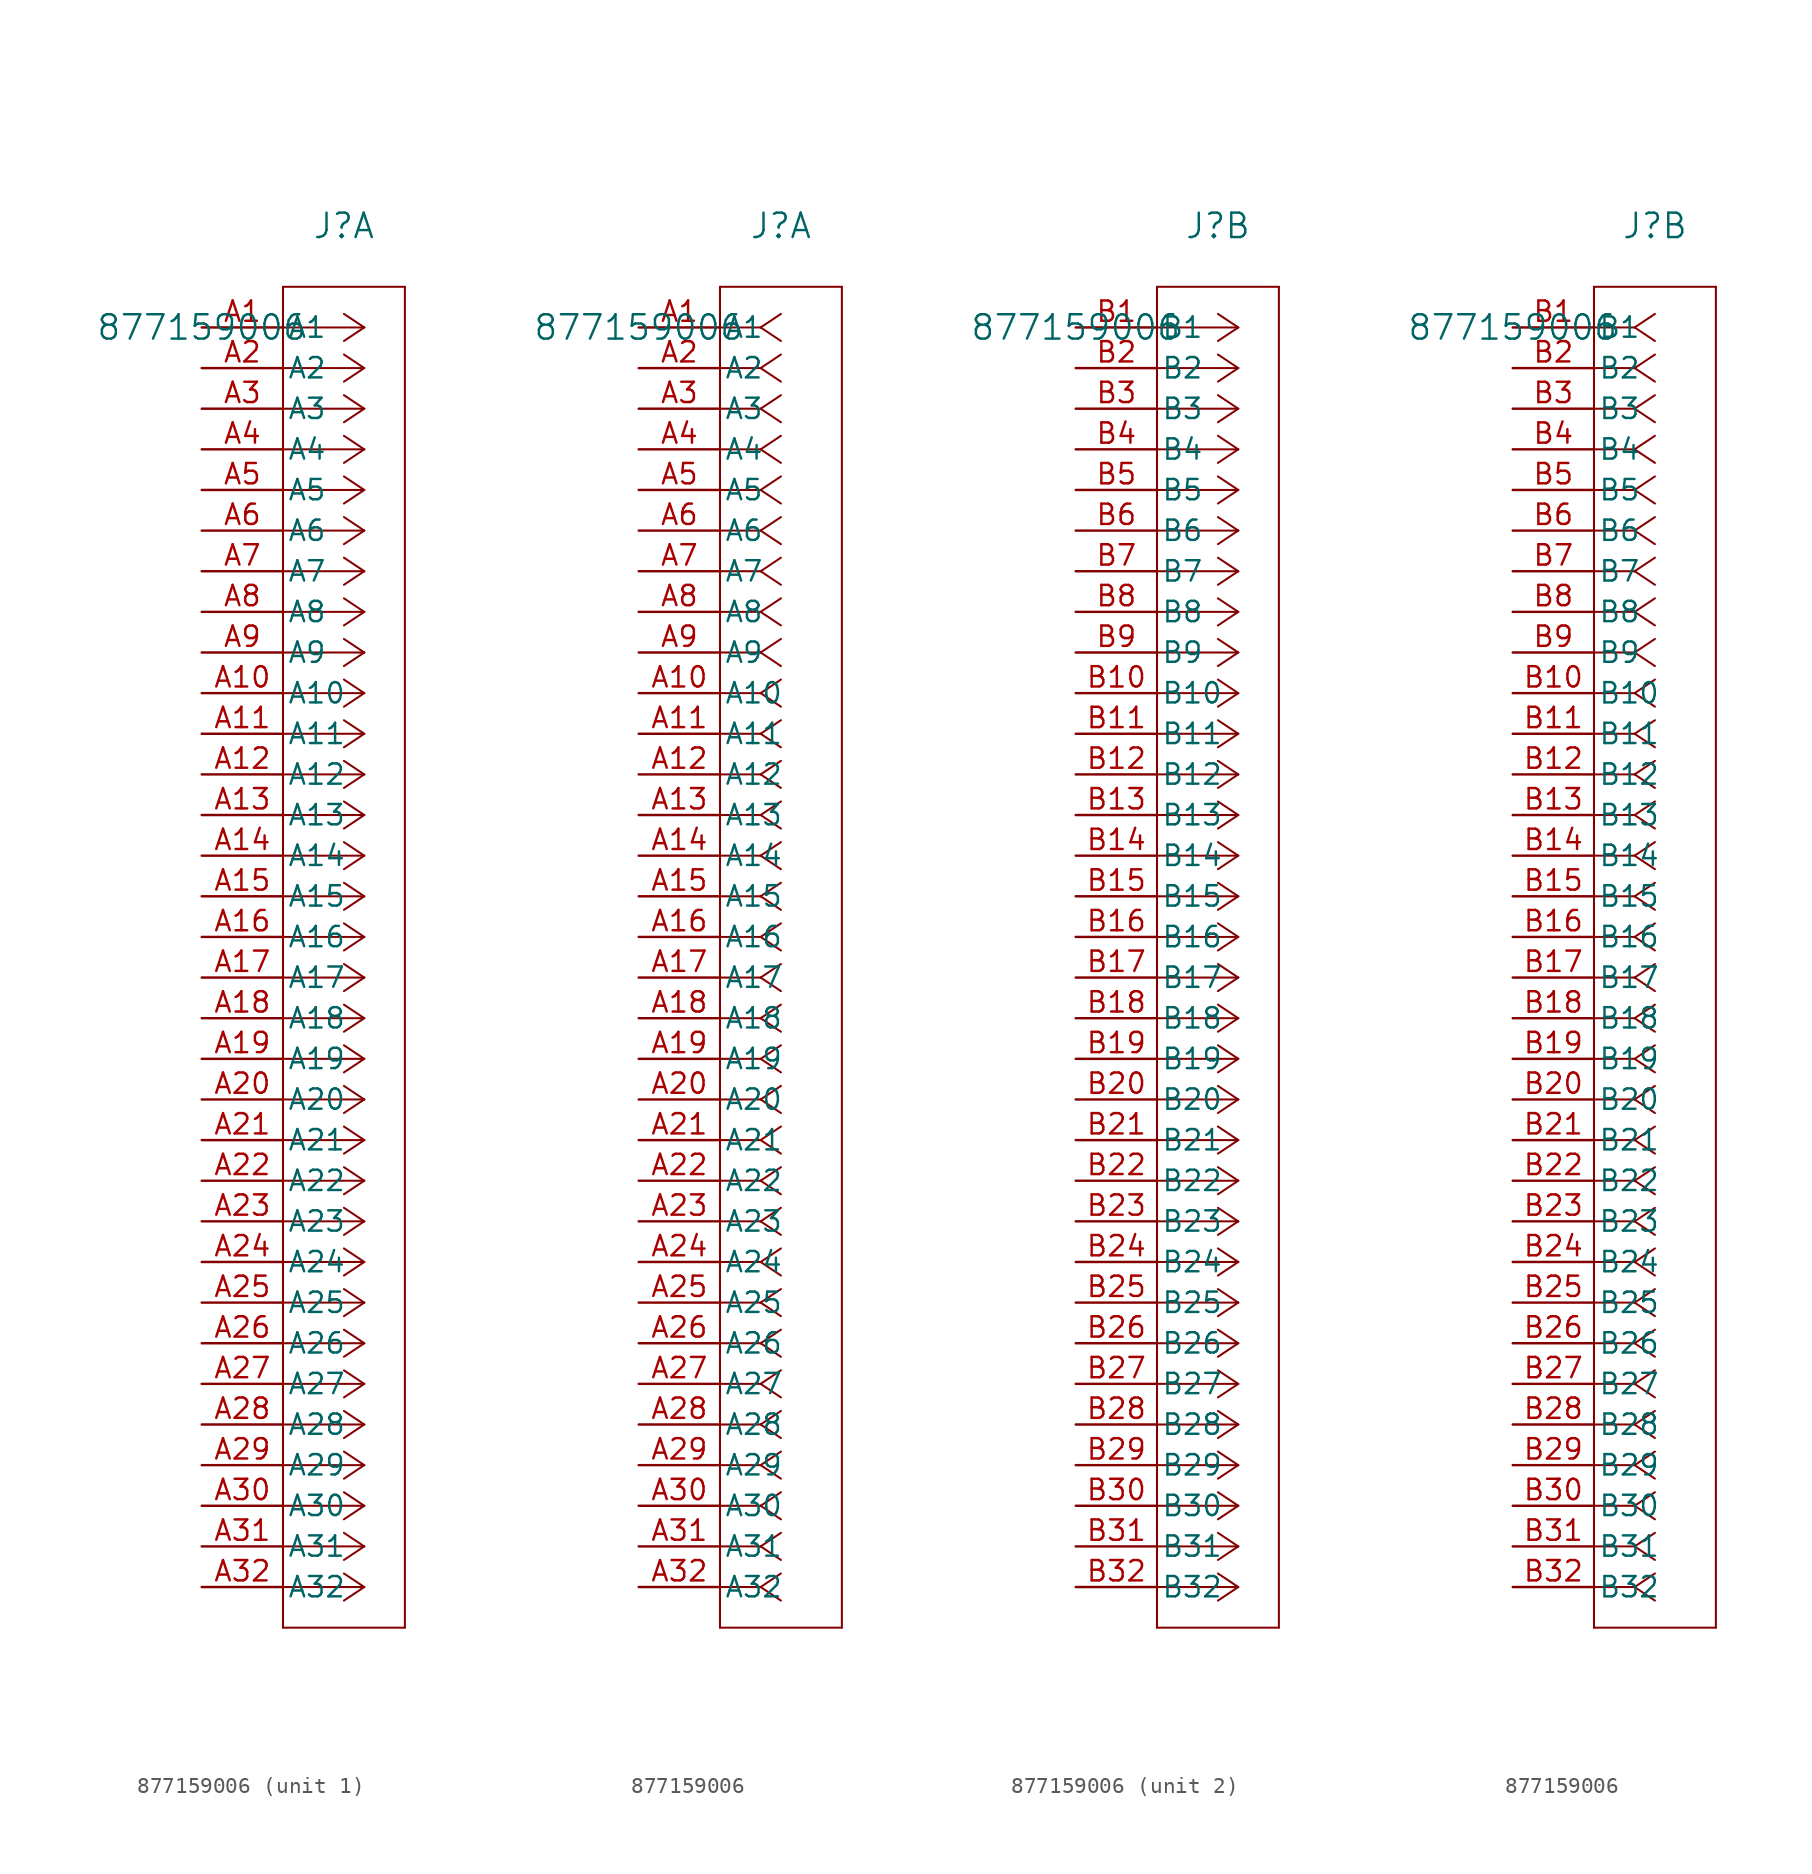
<source format=kicad_sym>
(kicad_symbol_lib
  (version 20211014)
  (generator kicad_symbol_editor)
  (symbol "877159006"
    (pin_names
      (offset 0.254))
    (property "Reference" "J"
      (at 8.89 6.35 0)
      (effects (font (size 1.524 1.524))))
    (property "Value" "877159006"
      (at 0 0 0)
      (effects (font (size 1.524 1.524))))
    (symbol "877159006_1_1"
      (polyline (pts (xy 10.16 0) (xy 5.08 0)) (stroke (width 0.127) (type default) (color 0 0 0 0)) (fill (type none)))
      (polyline (pts (xy 10.16 -2.54) (xy 5.08 -2.54)) (stroke (width 0.127) (type default) (color 0 0 0 0)) (fill (type none)))
      (polyline (pts (xy 10.16 -5.08) (xy 5.08 -5.08)) (stroke (width 0.127) (type default) (color 0 0 0 0)) (fill (type none)))
      (polyline (pts (xy 10.16 -7.62) (xy 5.08 -7.62)) (stroke (width 0.127) (type default) (color 0 0 0 0)) (fill (type none)))
      (polyline (pts (xy 10.16 -10.16) (xy 5.08 -10.16)) (stroke (width 0.127) (type default) (color 0 0 0 0)) (fill (type none)))
      (polyline (pts (xy 10.16 -12.7) (xy 5.08 -12.7)) (stroke (width 0.127) (type default) (color 0 0 0 0)) (fill (type none)))
      (polyline (pts (xy 10.16 -15.24) (xy 5.08 -15.24)) (stroke (width 0.127) (type default) (color 0 0 0 0)) (fill (type none)))
      (polyline (pts (xy 10.16 -17.78) (xy 5.08 -17.78)) (stroke (width 0.127) (type default) (color 0 0 0 0)) (fill (type none)))
      (polyline (pts (xy 10.16 -20.32) (xy 5.08 -20.32)) (stroke (width 0.127) (type default) (color 0 0 0 0)) (fill (type none)))
      (polyline (pts (xy 10.16 -22.86) (xy 5.08 -22.86)) (stroke (width 0.127) (type default) (color 0 0 0 0)) (fill (type none)))
      (polyline (pts (xy 10.16 -25.4) (xy 5.08 -25.4)) (stroke (width 0.127) (type default) (color 0 0 0 0)) (fill (type none)))
      (polyline (pts (xy 10.16 -27.94) (xy 5.08 -27.94)) (stroke (width 0.127) (type default) (color 0 0 0 0)) (fill (type none)))
      (polyline (pts (xy 10.16 -30.48) (xy 5.08 -30.48)) (stroke (width 0.127) (type default) (color 0 0 0 0)) (fill (type none)))
      (polyline (pts (xy 10.16 -33.02) (xy 5.08 -33.02)) (stroke (width 0.127) (type default) (color 0 0 0 0)) (fill (type none)))
      (polyline (pts (xy 10.16 -35.56) (xy 5.08 -35.56)) (stroke (width 0.127) (type default) (color 0 0 0 0)) (fill (type none)))
      (polyline (pts (xy 10.16 -38.1) (xy 5.08 -38.1)) (stroke (width 0.127) (type default) (color 0 0 0 0)) (fill (type none)))
      (polyline (pts (xy 10.16 -40.64) (xy 5.08 -40.64)) (stroke (width 0.127) (type default) (color 0 0 0 0)) (fill (type none)))
      (polyline (pts (xy 10.16 -43.18) (xy 5.08 -43.18)) (stroke (width 0.127) (type default) (color 0 0 0 0)) (fill (type none)))
      (polyline (pts (xy 10.16 -45.72) (xy 5.08 -45.72)) (stroke (width 0.127) (type default) (color 0 0 0 0)) (fill (type none)))
      (polyline (pts (xy 10.16 -48.26) (xy 5.08 -48.26)) (stroke (width 0.127) (type default) (color 0 0 0 0)) (fill (type none)))
      (polyline (pts (xy 10.16 -50.8) (xy 5.08 -50.8)) (stroke (width 0.127) (type default) (color 0 0 0 0)) (fill (type none)))
      (polyline (pts (xy 10.16 -53.34) (xy 5.08 -53.34)) (stroke (width 0.127) (type default) (color 0 0 0 0)) (fill (type none)))
      (polyline (pts (xy 10.16 -55.88) (xy 5.08 -55.88)) (stroke (width 0.127) (type default) (color 0 0 0 0)) (fill (type none)))
      (polyline (pts (xy 10.16 -58.42) (xy 5.08 -58.42)) (stroke (width 0.127) (type default) (color 0 0 0 0)) (fill (type none)))
      (polyline (pts (xy 10.16 -60.96) (xy 5.08 -60.96)) (stroke (width 0.127) (type default) (color 0 0 0 0)) (fill (type none)))
      (polyline (pts (xy 10.16 -63.5) (xy 5.08 -63.5)) (stroke (width 0.127) (type default) (color 0 0 0 0)) (fill (type none)))
      (polyline (pts (xy 10.16 -66.04) (xy 5.08 -66.04)) (stroke (width 0.127) (type default) (color 0 0 0 0)) (fill (type none)))
      (polyline (pts (xy 10.16 -68.58) (xy 5.08 -68.58)) (stroke (width 0.127) (type default) (color 0 0 0 0)) (fill (type none)))
      (polyline (pts (xy 10.16 -71.12) (xy 5.08 -71.12)) (stroke (width 0.127) (type default) (color 0 0 0 0)) (fill (type none)))
      (polyline (pts (xy 10.16 -73.66) (xy 5.08 -73.66)) (stroke (width 0.127) (type default) (color 0 0 0 0)) (fill (type none)))
      (polyline (pts (xy 10.16 -76.2) (xy 5.08 -76.2)) (stroke (width 0.127) (type default) (color 0 0 0 0)) (fill (type none)))
      (polyline (pts (xy 10.16 -78.74) (xy 5.08 -78.74)) (stroke (width 0.127) (type default) (color 0 0 0 0)) (fill (type none)))
      (polyline (pts (xy 10.16 0) (xy 8.89 0.847)) (stroke (width 0.127) (type default) (color 0 0 0 0)) (fill (type none)))
      (polyline (pts (xy 10.16 -2.54) (xy 8.89 -1.693)) (stroke (width 0.127) (type default) (color 0 0 0 0)) (fill (type none)))
      (polyline (pts (xy 10.16 -5.08) (xy 8.89 -4.233)) (stroke (width 0.127) (type default) (color 0 0 0 0)) (fill (type none)))
      (polyline (pts (xy 10.16 -7.62) (xy 8.89 -6.773)) (stroke (width 0.127) (type default) (color 0 0 0 0)) (fill (type none)))
      (polyline (pts (xy 10.16 -10.16) (xy 8.89 -9.313)) (stroke (width 0.127) (type default) (color 0 0 0 0)) (fill (type none)))
      (polyline (pts (xy 10.16 -12.7) (xy 8.89 -11.853)) (stroke (width 0.127) (type default) (color 0 0 0 0)) (fill (type none)))
      (polyline (pts (xy 10.16 -15.24) (xy 8.89 -14.393)) (stroke (width 0.127) (type default) (color 0 0 0 0)) (fill (type none)))
      (polyline (pts (xy 10.16 -17.78) (xy 8.89 -16.933)) (stroke (width 0.127) (type default) (color 0 0 0 0)) (fill (type none)))
      (polyline (pts (xy 10.16 -20.32) (xy 8.89 -19.473)) (stroke (width 0.127) (type default) (color 0 0 0 0)) (fill (type none)))
      (polyline (pts (xy 10.16 -22.86) (xy 8.89 -22.013)) (stroke (width 0.127) (type default) (color 0 0 0 0)) (fill (type none)))
      (polyline (pts (xy 10.16 -25.4) (xy 8.89 -24.553)) (stroke (width 0.127) (type default) (color 0 0 0 0)) (fill (type none)))
      (polyline (pts (xy 10.16 -27.94) (xy 8.89 -27.093)) (stroke (width 0.127) (type default) (color 0 0 0 0)) (fill (type none)))
      (polyline (pts (xy 10.16 -30.48) (xy 8.89 -29.633)) (stroke (width 0.127) (type default) (color 0 0 0 0)) (fill (type none)))
      (polyline (pts (xy 10.16 -33.02) (xy 8.89 -32.173)) (stroke (width 0.127) (type default) (color 0 0 0 0)) (fill (type none)))
      (polyline (pts (xy 10.16 -35.56) (xy 8.89 -34.713)) (stroke (width 0.127) (type default) (color 0 0 0 0)) (fill (type none)))
      (polyline (pts (xy 10.16 -38.1) (xy 8.89 -37.253)) (stroke (width 0.127) (type default) (color 0 0 0 0)) (fill (type none)))
      (polyline (pts (xy 10.16 -40.64) (xy 8.89 -39.793)) (stroke (width 0.127) (type default) (color 0 0 0 0)) (fill (type none)))
      (polyline (pts (xy 10.16 -43.18) (xy 8.89 -42.333)) (stroke (width 0.127) (type default) (color 0 0 0 0)) (fill (type none)))
      (polyline (pts (xy 10.16 -45.72) (xy 8.89 -44.873)) (stroke (width 0.127) (type default) (color 0 0 0 0)) (fill (type none)))
      (polyline (pts (xy 10.16 -48.26) (xy 8.89 -47.413)) (stroke (width 0.127) (type default) (color 0 0 0 0)) (fill (type none)))
      (polyline (pts (xy 10.16 -50.8) (xy 8.89 -49.953)) (stroke (width 0.127) (type default) (color 0 0 0 0)) (fill (type none)))
      (polyline (pts (xy 10.16 -53.34) (xy 8.89 -52.493)) (stroke (width 0.127) (type default) (color 0 0 0 0)) (fill (type none)))
      (polyline (pts (xy 10.16 -55.88) (xy 8.89 -55.033)) (stroke (width 0.127) (type default) (color 0 0 0 0)) (fill (type none)))
      (polyline (pts (xy 10.16 -58.42) (xy 8.89 -57.573)) (stroke (width 0.127) (type default) (color 0 0 0 0)) (fill (type none)))
      (polyline (pts (xy 10.16 -60.96) (xy 8.89 -60.113)) (stroke (width 0.127) (type default) (color 0 0 0 0)) (fill (type none)))
      (polyline (pts (xy 10.16 -63.5) (xy 8.89 -62.653)) (stroke (width 0.127) (type default) (color 0 0 0 0)) (fill (type none)))
      (polyline (pts (xy 10.16 -66.04) (xy 8.89 -65.193)) (stroke (width 0.127) (type default) (color 0 0 0 0)) (fill (type none)))
      (polyline (pts (xy 10.16 -68.58) (xy 8.89 -67.733)) (stroke (width 0.127) (type default) (color 0 0 0 0)) (fill (type none)))
      (polyline (pts (xy 10.16 -71.12) (xy 8.89 -70.273)) (stroke (width 0.127) (type default) (color 0 0 0 0)) (fill (type none)))
      (polyline (pts (xy 10.16 -73.66) (xy 8.89 -72.813)) (stroke (width 0.127) (type default) (color 0 0 0 0)) (fill (type none)))
      (polyline (pts (xy 10.16 -76.2) (xy 8.89 -75.353)) (stroke (width 0.127) (type default) (color 0 0 0 0)) (fill (type none)))
      (polyline (pts (xy 10.16 -78.74) (xy 8.89 -77.893)) (stroke (width 0.127) (type default) (color 0 0 0 0)) (fill (type none)))
      (polyline (pts (xy 10.16 0) (xy 8.89 -0.847)) (stroke (width 0.127) (type default) (color 0 0 0 0)) (fill (type none)))
      (polyline (pts (xy 10.16 -2.54) (xy 8.89 -3.387)) (stroke (width 0.127) (type default) (color 0 0 0 0)) (fill (type none)))
      (polyline (pts (xy 10.16 -5.08) (xy 8.89 -5.927)) (stroke (width 0.127) (type default) (color 0 0 0 0)) (fill (type none)))
      (polyline (pts (xy 10.16 -7.62) (xy 8.89 -8.467)) (stroke (width 0.127) (type default) (color 0 0 0 0)) (fill (type none)))
      (polyline (pts (xy 10.16 -10.16) (xy 8.89 -11.007)) (stroke (width 0.127) (type default) (color 0 0 0 0)) (fill (type none)))
      (polyline (pts (xy 10.16 -12.7) (xy 8.89 -13.547)) (stroke (width 0.127) (type default) (color 0 0 0 0)) (fill (type none)))
      (polyline (pts (xy 10.16 -15.24) (xy 8.89 -16.087)) (stroke (width 0.127) (type default) (color 0 0 0 0)) (fill (type none)))
      (polyline (pts (xy 10.16 -17.78) (xy 8.89 -18.627)) (stroke (width 0.127) (type default) (color 0 0 0 0)) (fill (type none)))
      (polyline (pts (xy 10.16 -20.32) (xy 8.89 -21.167)) (stroke (width 0.127) (type default) (color 0 0 0 0)) (fill (type none)))
      (polyline (pts (xy 10.16 -22.86) (xy 8.89 -23.707)) (stroke (width 0.127) (type default) (color 0 0 0 0)) (fill (type none)))
      (polyline (pts (xy 10.16 -25.4) (xy 8.89 -26.247)) (stroke (width 0.127) (type default) (color 0 0 0 0)) (fill (type none)))
      (polyline (pts (xy 10.16 -27.94) (xy 8.89 -28.787)) (stroke (width 0.127) (type default) (color 0 0 0 0)) (fill (type none)))
      (polyline (pts (xy 10.16 -30.48) (xy 8.89 -31.327)) (stroke (width 0.127) (type default) (color 0 0 0 0)) (fill (type none)))
      (polyline (pts (xy 10.16 -33.02) (xy 8.89 -33.867)) (stroke (width 0.127) (type default) (color 0 0 0 0)) (fill (type none)))
      (polyline (pts (xy 10.16 -35.56) (xy 8.89 -36.407)) (stroke (width 0.127) (type default) (color 0 0 0 0)) (fill (type none)))
      (polyline (pts (xy 10.16 -38.1) (xy 8.89 -38.947)) (stroke (width 0.127) (type default) (color 0 0 0 0)) (fill (type none)))
      (polyline (pts (xy 10.16 -40.64) (xy 8.89 -41.487)) (stroke (width 0.127) (type default) (color 0 0 0 0)) (fill (type none)))
      (polyline (pts (xy 10.16 -43.18) (xy 8.89 -44.027)) (stroke (width 0.127) (type default) (color 0 0 0 0)) (fill (type none)))
      (polyline (pts (xy 10.16 -45.72) (xy 8.89 -46.567)) (stroke (width 0.127) (type default) (color 0 0 0 0)) (fill (type none)))
      (polyline (pts (xy 10.16 -48.26) (xy 8.89 -49.107)) (stroke (width 0.127) (type default) (color 0 0 0 0)) (fill (type none)))
      (polyline (pts (xy 10.16 -50.8) (xy 8.89 -51.647)) (stroke (width 0.127) (type default) (color 0 0 0 0)) (fill (type none)))
      (polyline (pts (xy 10.16 -53.34) (xy 8.89 -54.187)) (stroke (width 0.127) (type default) (color 0 0 0 0)) (fill (type none)))
      (polyline (pts (xy 10.16 -55.88) (xy 8.89 -56.727)) (stroke (width 0.127) (type default) (color 0 0 0 0)) (fill (type none)))
      (polyline (pts (xy 10.16 -58.42) (xy 8.89 -59.267)) (stroke (width 0.127) (type default) (color 0 0 0 0)) (fill (type none)))
      (polyline (pts (xy 10.16 -60.96) (xy 8.89 -61.807)) (stroke (width 0.127) (type default) (color 0 0 0 0)) (fill (type none)))
      (polyline (pts (xy 10.16 -63.5) (xy 8.89 -64.347)) (stroke (width 0.127) (type default) (color 0 0 0 0)) (fill (type none)))
      (polyline (pts (xy 10.16 -66.04) (xy 8.89 -66.887)) (stroke (width 0.127) (type default) (color 0 0 0 0)) (fill (type none)))
      (polyline (pts (xy 10.16 -68.58) (xy 8.89 -69.427)) (stroke (width 0.127) (type default) (color 0 0 0 0)) (fill (type none)))
      (polyline (pts (xy 10.16 -71.12) (xy 8.89 -71.967)) (stroke (width 0.127) (type default) (color 0 0 0 0)) (fill (type none)))
      (polyline (pts (xy 10.16 -73.66) (xy 8.89 -74.507)) (stroke (width 0.127) (type default) (color 0 0 0 0)) (fill (type none)))
      (polyline (pts (xy 10.16 -76.2) (xy 8.89 -77.047)) (stroke (width 0.127) (type default) (color 0 0 0 0)) (fill (type none)))
      (polyline (pts (xy 10.16 -78.74) (xy 8.89 -79.587)) (stroke (width 0.127) (type default) (color 0 0 0 0)) (fill (type none)))
      (polyline (pts (xy 5.08 2.54) (xy 5.08 -81.28)) (stroke (width 0.127) (type default) (color 0 0 0 0)) (fill (type none)))
      (polyline (pts (xy 5.08 -81.28) (xy 12.7 -81.28)) (stroke (width 0.127) (type default) (color 0 0 0 0)) (fill (type none)))
      (polyline (pts (xy 12.7 -81.28) (xy 12.7 2.54)) (stroke (width 0.127) (type default) (color 0 0 0 0)) (fill (type none)))
      (polyline (pts (xy 12.7 2.54) (xy 5.08 2.54)) (stroke (width 0.127) (type default) (color 0 0 0 0)) (fill (type none)))
      (pin unspecified line (at 0 0 0) (length 5.08) (name "A1" (effects (font (size 1.27 1.27)))) (number "A1" (effects (font (size 1.27 1.27)))))
      (pin unspecified line (at 0 -2.54 0) (length 5.08) (name "A2" (effects (font (size 1.27 1.27)))) (number "A2" (effects (font (size 1.27 1.27)))))
      (pin unspecified line (at 0 -5.08 0) (length 5.08) (name "A3" (effects (font (size 1.27 1.27)))) (number "A3" (effects (font (size 1.27 1.27)))))
      (pin unspecified line (at 0 -7.62 0) (length 5.08) (name "A4" (effects (font (size 1.27 1.27)))) (number "A4" (effects (font (size 1.27 1.27)))))
      (pin unspecified line (at 0 -10.16 0) (length 5.08) (name "A5" (effects (font (size 1.27 1.27)))) (number "A5" (effects (font (size 1.27 1.27)))))
      (pin unspecified line (at 0 -12.7 0) (length 5.08) (name "A6" (effects (font (size 1.27 1.27)))) (number "A6" (effects (font (size 1.27 1.27)))))
      (pin unspecified line (at 0 -15.24 0) (length 5.08) (name "A7" (effects (font (size 1.27 1.27)))) (number "A7" (effects (font (size 1.27 1.27)))))
      (pin unspecified line (at 0 -17.78 0) (length 5.08) (name "A8" (effects (font (size 1.27 1.27)))) (number "A8" (effects (font (size 1.27 1.27)))))
      (pin unspecified line (at 0 -20.32 0) (length 5.08) (name "A9" (effects (font (size 1.27 1.27)))) (number "A9" (effects (font (size 1.27 1.27)))))
      (pin unspecified line (at 0 -22.86 0) (length 5.08) (name "A10" (effects (font (size 1.27 1.27)))) (number "A10" (effects (font (size 1.27 1.27)))))
      (pin unspecified line (at 0 -25.4 0) (length 5.08) (name "A11" (effects (font (size 1.27 1.27)))) (number "A11" (effects (font (size 1.27 1.27)))))
      (pin unspecified line (at 0 -27.94 0) (length 5.08) (name "A12" (effects (font (size 1.27 1.27)))) (number "A12" (effects (font (size 1.27 1.27)))))
      (pin unspecified line (at 0 -30.48 0) (length 5.08) (name "A13" (effects (font (size 1.27 1.27)))) (number "A13" (effects (font (size 1.27 1.27)))))
      (pin unspecified line (at 0 -33.02 0) (length 5.08) (name "A14" (effects (font (size 1.27 1.27)))) (number "A14" (effects (font (size 1.27 1.27)))))
      (pin unspecified line (at 0 -35.56 0) (length 5.08) (name "A15" (effects (font (size 1.27 1.27)))) (number "A15" (effects (font (size 1.27 1.27)))))
      (pin unspecified line (at 0 -38.1 0) (length 5.08) (name "A16" (effects (font (size 1.27 1.27)))) (number "A16" (effects (font (size 1.27 1.27)))))
      (pin unspecified line (at 0 -40.64 0) (length 5.08) (name "A17" (effects (font (size 1.27 1.27)))) (number "A17" (effects (font (size 1.27 1.27)))))
      (pin unspecified line (at 0 -43.18 0) (length 5.08) (name "A18" (effects (font (size 1.27 1.27)))) (number "A18" (effects (font (size 1.27 1.27)))))
      (pin unspecified line (at 0 -45.72 0) (length 5.08) (name "A19" (effects (font (size 1.27 1.27)))) (number "A19" (effects (font (size 1.27 1.27)))))
      (pin unspecified line (at 0 -48.26 0) (length 5.08) (name "A20" (effects (font (size 1.27 1.27)))) (number "A20" (effects (font (size 1.27 1.27)))))
      (pin unspecified line (at 0 -50.8 0) (length 5.08) (name "A21" (effects (font (size 1.27 1.27)))) (number "A21" (effects (font (size 1.27 1.27)))))
      (pin unspecified line (at 0 -53.34 0) (length 5.08) (name "A22" (effects (font (size 1.27 1.27)))) (number "A22" (effects (font (size 1.27 1.27)))))
      (pin unspecified line (at 0 -55.88 0) (length 5.08) (name "A23" (effects (font (size 1.27 1.27)))) (number "A23" (effects (font (size 1.27 1.27)))))
      (pin unspecified line (at 0 -58.42 0) (length 5.08) (name "A24" (effects (font (size 1.27 1.27)))) (number "A24" (effects (font (size 1.27 1.27)))))
      (pin unspecified line (at 0 -60.96 0) (length 5.08) (name "A25" (effects (font (size 1.27 1.27)))) (number "A25" (effects (font (size 1.27 1.27)))))
      (pin unspecified line (at 0 -63.5 0) (length 5.08) (name "A26" (effects (font (size 1.27 1.27)))) (number "A26" (effects (font (size 1.27 1.27)))))
      (pin unspecified line (at 0 -66.04 0) (length 5.08) (name "A27" (effects (font (size 1.27 1.27)))) (number "A27" (effects (font (size 1.27 1.27)))))
      (pin unspecified line (at 0 -68.58 0) (length 5.08) (name "A28" (effects (font (size 1.27 1.27)))) (number "A28" (effects (font (size 1.27 1.27)))))
      (pin unspecified line (at 0 -71.12 0) (length 5.08) (name "A29" (effects (font (size 1.27 1.27)))) (number "A29" (effects (font (size 1.27 1.27)))))
      (pin unspecified line (at 0 -73.66 0) (length 5.08) (name "A30" (effects (font (size 1.27 1.27)))) (number "A30" (effects (font (size 1.27 1.27)))))
      (pin unspecified line (at 0 -76.2 0) (length 5.08) (name "A31" (effects (font (size 1.27 1.27)))) (number "A31" (effects (font (size 1.27 1.27)))))
      (pin unspecified line (at 0 -78.74 0) (length 5.08) (name "A32" (effects (font (size 1.27 1.27)))) (number "A32" (effects (font (size 1.27 1.27))))))
    (symbol "877159006_1_2"
      (polyline (pts (xy 7.62 0) (xy 5.08 0)) (stroke (width 0.127) (type default) (color 0 0 0 0)) (fill (type none)))
      (polyline (pts (xy 7.62 -2.54) (xy 5.08 -2.54)) (stroke (width 0.127) (type default) (color 0 0 0 0)) (fill (type none)))
      (polyline (pts (xy 7.62 -5.08) (xy 5.08 -5.08)) (stroke (width 0.127) (type default) (color 0 0 0 0)) (fill (type none)))
      (polyline (pts (xy 7.62 -7.62) (xy 5.08 -7.62)) (stroke (width 0.127) (type default) (color 0 0 0 0)) (fill (type none)))
      (polyline (pts (xy 7.62 -10.16) (xy 5.08 -10.16)) (stroke (width 0.127) (type default) (color 0 0 0 0)) (fill (type none)))
      (polyline (pts (xy 7.62 -12.7) (xy 5.08 -12.7)) (stroke (width 0.127) (type default) (color 0 0 0 0)) (fill (type none)))
      (polyline (pts (xy 7.62 -15.24) (xy 5.08 -15.24)) (stroke (width 0.127) (type default) (color 0 0 0 0)) (fill (type none)))
      (polyline (pts (xy 7.62 -17.78) (xy 5.08 -17.78)) (stroke (width 0.127) (type default) (color 0 0 0 0)) (fill (type none)))
      (polyline (pts (xy 7.62 -20.32) (xy 5.08 -20.32)) (stroke (width 0.127) (type default) (color 0 0 0 0)) (fill (type none)))
      (polyline (pts (xy 7.62 -22.86) (xy 5.08 -22.86)) (stroke (width 0.127) (type default) (color 0 0 0 0)) (fill (type none)))
      (polyline (pts (xy 7.62 -25.4) (xy 5.08 -25.4)) (stroke (width 0.127) (type default) (color 0 0 0 0)) (fill (type none)))
      (polyline (pts (xy 7.62 -27.94) (xy 5.08 -27.94)) (stroke (width 0.127) (type default) (color 0 0 0 0)) (fill (type none)))
      (polyline (pts (xy 7.62 -30.48) (xy 5.08 -30.48)) (stroke (width 0.127) (type default) (color 0 0 0 0)) (fill (type none)))
      (polyline (pts (xy 7.62 -33.02) (xy 5.08 -33.02)) (stroke (width 0.127) (type default) (color 0 0 0 0)) (fill (type none)))
      (polyline (pts (xy 7.62 -35.56) (xy 5.08 -35.56)) (stroke (width 0.127) (type default) (color 0 0 0 0)) (fill (type none)))
      (polyline (pts (xy 7.62 -38.1) (xy 5.08 -38.1)) (stroke (width 0.127) (type default) (color 0 0 0 0)) (fill (type none)))
      (polyline (pts (xy 7.62 -40.64) (xy 5.08 -40.64)) (stroke (width 0.127) (type default) (color 0 0 0 0)) (fill (type none)))
      (polyline (pts (xy 7.62 -43.18) (xy 5.08 -43.18)) (stroke (width 0.127) (type default) (color 0 0 0 0)) (fill (type none)))
      (polyline (pts (xy 7.62 -45.72) (xy 5.08 -45.72)) (stroke (width 0.127) (type default) (color 0 0 0 0)) (fill (type none)))
      (polyline (pts (xy 7.62 -48.26) (xy 5.08 -48.26)) (stroke (width 0.127) (type default) (color 0 0 0 0)) (fill (type none)))
      (polyline (pts (xy 7.62 -50.8) (xy 5.08 -50.8)) (stroke (width 0.127) (type default) (color 0 0 0 0)) (fill (type none)))
      (polyline (pts (xy 7.62 -53.34) (xy 5.08 -53.34)) (stroke (width 0.127) (type default) (color 0 0 0 0)) (fill (type none)))
      (polyline (pts (xy 7.62 -55.88) (xy 5.08 -55.88)) (stroke (width 0.127) (type default) (color 0 0 0 0)) (fill (type none)))
      (polyline (pts (xy 7.62 -58.42) (xy 5.08 -58.42)) (stroke (width 0.127) (type default) (color 0 0 0 0)) (fill (type none)))
      (polyline (pts (xy 7.62 -60.96) (xy 5.08 -60.96)) (stroke (width 0.127) (type default) (color 0 0 0 0)) (fill (type none)))
      (polyline (pts (xy 7.62 -63.5) (xy 5.08 -63.5)) (stroke (width 0.127) (type default) (color 0 0 0 0)) (fill (type none)))
      (polyline (pts (xy 7.62 -66.04) (xy 5.08 -66.04)) (stroke (width 0.127) (type default) (color 0 0 0 0)) (fill (type none)))
      (polyline (pts (xy 7.62 -68.58) (xy 5.08 -68.58)) (stroke (width 0.127) (type default) (color 0 0 0 0)) (fill (type none)))
      (polyline (pts (xy 7.62 -71.12) (xy 5.08 -71.12)) (stroke (width 0.127) (type default) (color 0 0 0 0)) (fill (type none)))
      (polyline (pts (xy 7.62 -73.66) (xy 5.08 -73.66)) (stroke (width 0.127) (type default) (color 0 0 0 0)) (fill (type none)))
      (polyline (pts (xy 7.62 -76.2) (xy 5.08 -76.2)) (stroke (width 0.127) (type default) (color 0 0 0 0)) (fill (type none)))
      (polyline (pts (xy 7.62 -78.74) (xy 5.08 -78.74)) (stroke (width 0.127) (type default) (color 0 0 0 0)) (fill (type none)))
      (polyline (pts (xy 7.62 0) (xy 8.89 0.847)) (stroke (width 0.127) (type default) (color 0 0 0 0)) (fill (type none)))
      (polyline (pts (xy 7.62 -2.54) (xy 8.89 -1.693)) (stroke (width 0.127) (type default) (color 0 0 0 0)) (fill (type none)))
      (polyline (pts (xy 7.62 -5.08) (xy 8.89 -4.233)) (stroke (width 0.127) (type default) (color 0 0 0 0)) (fill (type none)))
      (polyline (pts (xy 7.62 -7.62) (xy 8.89 -6.773)) (stroke (width 0.127) (type default) (color 0 0 0 0)) (fill (type none)))
      (polyline (pts (xy 7.62 -10.16) (xy 8.89 -9.313)) (stroke (width 0.127) (type default) (color 0 0 0 0)) (fill (type none)))
      (polyline (pts (xy 7.62 -12.7) (xy 8.89 -11.853)) (stroke (width 0.127) (type default) (color 0 0 0 0)) (fill (type none)))
      (polyline (pts (xy 7.62 -15.24) (xy 8.89 -14.393)) (stroke (width 0.127) (type default) (color 0 0 0 0)) (fill (type none)))
      (polyline (pts (xy 7.62 -17.78) (xy 8.89 -16.933)) (stroke (width 0.127) (type default) (color 0 0 0 0)) (fill (type none)))
      (polyline (pts (xy 7.62 -20.32) (xy 8.89 -19.473)) (stroke (width 0.127) (type default) (color 0 0 0 0)) (fill (type none)))
      (polyline (pts (xy 7.62 -22.86) (xy 8.89 -22.013)) (stroke (width 0.127) (type default) (color 0 0 0 0)) (fill (type none)))
      (polyline (pts (xy 7.62 -25.4) (xy 8.89 -24.553)) (stroke (width 0.127) (type default) (color 0 0 0 0)) (fill (type none)))
      (polyline (pts (xy 7.62 -27.94) (xy 8.89 -27.093)) (stroke (width 0.127) (type default) (color 0 0 0 0)) (fill (type none)))
      (polyline (pts (xy 7.62 -30.48) (xy 8.89 -29.633)) (stroke (width 0.127) (type default) (color 0 0 0 0)) (fill (type none)))
      (polyline (pts (xy 7.62 -33.02) (xy 8.89 -32.173)) (stroke (width 0.127) (type default) (color 0 0 0 0)) (fill (type none)))
      (polyline (pts (xy 7.62 -35.56) (xy 8.89 -34.713)) (stroke (width 0.127) (type default) (color 0 0 0 0)) (fill (type none)))
      (polyline (pts (xy 7.62 -38.1) (xy 8.89 -37.253)) (stroke (width 0.127) (type default) (color 0 0 0 0)) (fill (type none)))
      (polyline (pts (xy 7.62 -40.64) (xy 8.89 -39.793)) (stroke (width 0.127) (type default) (color 0 0 0 0)) (fill (type none)))
      (polyline (pts (xy 7.62 -43.18) (xy 8.89 -42.333)) (stroke (width 0.127) (type default) (color 0 0 0 0)) (fill (type none)))
      (polyline (pts (xy 7.62 -45.72) (xy 8.89 -44.873)) (stroke (width 0.127) (type default) (color 0 0 0 0)) (fill (type none)))
      (polyline (pts (xy 7.62 -48.26) (xy 8.89 -47.413)) (stroke (width 0.127) (type default) (color 0 0 0 0)) (fill (type none)))
      (polyline (pts (xy 7.62 -50.8) (xy 8.89 -49.953)) (stroke (width 0.127) (type default) (color 0 0 0 0)) (fill (type none)))
      (polyline (pts (xy 7.62 -53.34) (xy 8.89 -52.493)) (stroke (width 0.127) (type default) (color 0 0 0 0)) (fill (type none)))
      (polyline (pts (xy 7.62 -55.88) (xy 8.89 -55.033)) (stroke (width 0.127) (type default) (color 0 0 0 0)) (fill (type none)))
      (polyline (pts (xy 7.62 -58.42) (xy 8.89 -57.573)) (stroke (width 0.127) (type default) (color 0 0 0 0)) (fill (type none)))
      (polyline (pts (xy 7.62 -60.96) (xy 8.89 -60.113)) (stroke (width 0.127) (type default) (color 0 0 0 0)) (fill (type none)))
      (polyline (pts (xy 7.62 -63.5) (xy 8.89 -62.653)) (stroke (width 0.127) (type default) (color 0 0 0 0)) (fill (type none)))
      (polyline (pts (xy 7.62 -66.04) (xy 8.89 -65.193)) (stroke (width 0.127) (type default) (color 0 0 0 0)) (fill (type none)))
      (polyline (pts (xy 7.62 -68.58) (xy 8.89 -67.733)) (stroke (width 0.127) (type default) (color 0 0 0 0)) (fill (type none)))
      (polyline (pts (xy 7.62 -71.12) (xy 8.89 -70.273)) (stroke (width 0.127) (type default) (color 0 0 0 0)) (fill (type none)))
      (polyline (pts (xy 7.62 -73.66) (xy 8.89 -72.813)) (stroke (width 0.127) (type default) (color 0 0 0 0)) (fill (type none)))
      (polyline (pts (xy 7.62 -76.2) (xy 8.89 -75.353)) (stroke (width 0.127) (type default) (color 0 0 0 0)) (fill (type none)))
      (polyline (pts (xy 7.62 -78.74) (xy 8.89 -77.893)) (stroke (width 0.127) (type default) (color 0 0 0 0)) (fill (type none)))
      (polyline (pts (xy 7.62 0) (xy 8.89 -0.847)) (stroke (width 0.127) (type default) (color 0 0 0 0)) (fill (type none)))
      (polyline (pts (xy 7.62 -2.54) (xy 8.89 -3.387)) (stroke (width 0.127) (type default) (color 0 0 0 0)) (fill (type none)))
      (polyline (pts (xy 7.62 -5.08) (xy 8.89 -5.927)) (stroke (width 0.127) (type default) (color 0 0 0 0)) (fill (type none)))
      (polyline (pts (xy 7.62 -7.62) (xy 8.89 -8.467)) (stroke (width 0.127) (type default) (color 0 0 0 0)) (fill (type none)))
      (polyline (pts (xy 7.62 -10.16) (xy 8.89 -11.007)) (stroke (width 0.127) (type default) (color 0 0 0 0)) (fill (type none)))
      (polyline (pts (xy 7.62 -12.7) (xy 8.89 -13.547)) (stroke (width 0.127) (type default) (color 0 0 0 0)) (fill (type none)))
      (polyline (pts (xy 7.62 -15.24) (xy 8.89 -16.087)) (stroke (width 0.127) (type default) (color 0 0 0 0)) (fill (type none)))
      (polyline (pts (xy 7.62 -17.78) (xy 8.89 -18.627)) (stroke (width 0.127) (type default) (color 0 0 0 0)) (fill (type none)))
      (polyline (pts (xy 7.62 -20.32) (xy 8.89 -21.167)) (stroke (width 0.127) (type default) (color 0 0 0 0)) (fill (type none)))
      (polyline (pts (xy 7.62 -22.86) (xy 8.89 -23.707)) (stroke (width 0.127) (type default) (color 0 0 0 0)) (fill (type none)))
      (polyline (pts (xy 7.62 -25.4) (xy 8.89 -26.247)) (stroke (width 0.127) (type default) (color 0 0 0 0)) (fill (type none)))
      (polyline (pts (xy 7.62 -27.94) (xy 8.89 -28.787)) (stroke (width 0.127) (type default) (color 0 0 0 0)) (fill (type none)))
      (polyline (pts (xy 7.62 -30.48) (xy 8.89 -31.327)) (stroke (width 0.127) (type default) (color 0 0 0 0)) (fill (type none)))
      (polyline (pts (xy 7.62 -33.02) (xy 8.89 -33.867)) (stroke (width 0.127) (type default) (color 0 0 0 0)) (fill (type none)))
      (polyline (pts (xy 7.62 -35.56) (xy 8.89 -36.407)) (stroke (width 0.127) (type default) (color 0 0 0 0)) (fill (type none)))
      (polyline (pts (xy 7.62 -38.1) (xy 8.89 -38.947)) (stroke (width 0.127) (type default) (color 0 0 0 0)) (fill (type none)))
      (polyline (pts (xy 7.62 -40.64) (xy 8.89 -41.487)) (stroke (width 0.127) (type default) (color 0 0 0 0)) (fill (type none)))
      (polyline (pts (xy 7.62 -43.18) (xy 8.89 -44.027)) (stroke (width 0.127) (type default) (color 0 0 0 0)) (fill (type none)))
      (polyline (pts (xy 7.62 -45.72) (xy 8.89 -46.567)) (stroke (width 0.127) (type default) (color 0 0 0 0)) (fill (type none)))
      (polyline (pts (xy 7.62 -48.26) (xy 8.89 -49.107)) (stroke (width 0.127) (type default) (color 0 0 0 0)) (fill (type none)))
      (polyline (pts (xy 7.62 -50.8) (xy 8.89 -51.647)) (stroke (width 0.127) (type default) (color 0 0 0 0)) (fill (type none)))
      (polyline (pts (xy 7.62 -53.34) (xy 8.89 -54.187)) (stroke (width 0.127) (type default) (color 0 0 0 0)) (fill (type none)))
      (polyline (pts (xy 7.62 -55.88) (xy 8.89 -56.727)) (stroke (width 0.127) (type default) (color 0 0 0 0)) (fill (type none)))
      (polyline (pts (xy 7.62 -58.42) (xy 8.89 -59.267)) (stroke (width 0.127) (type default) (color 0 0 0 0)) (fill (type none)))
      (polyline (pts (xy 7.62 -60.96) (xy 8.89 -61.807)) (stroke (width 0.127) (type default) (color 0 0 0 0)) (fill (type none)))
      (polyline (pts (xy 7.62 -63.5) (xy 8.89 -64.347)) (stroke (width 0.127) (type default) (color 0 0 0 0)) (fill (type none)))
      (polyline (pts (xy 7.62 -66.04) (xy 8.89 -66.887)) (stroke (width 0.127) (type default) (color 0 0 0 0)) (fill (type none)))
      (polyline (pts (xy 7.62 -68.58) (xy 8.89 -69.427)) (stroke (width 0.127) (type default) (color 0 0 0 0)) (fill (type none)))
      (polyline (pts (xy 7.62 -71.12) (xy 8.89 -71.967)) (stroke (width 0.127) (type default) (color 0 0 0 0)) (fill (type none)))
      (polyline (pts (xy 7.62 -73.66) (xy 8.89 -74.507)) (stroke (width 0.127) (type default) (color 0 0 0 0)) (fill (type none)))
      (polyline (pts (xy 7.62 -76.2) (xy 8.89 -77.047)) (stroke (width 0.127) (type default) (color 0 0 0 0)) (fill (type none)))
      (polyline (pts (xy 7.62 -78.74) (xy 8.89 -79.587)) (stroke (width 0.127) (type default) (color 0 0 0 0)) (fill (type none)))
      (polyline (pts (xy 5.08 2.54) (xy 5.08 -81.28)) (stroke (width 0.127) (type default) (color 0 0 0 0)) (fill (type none)))
      (polyline (pts (xy 5.08 -81.28) (xy 12.7 -81.28)) (stroke (width 0.127) (type default) (color 0 0 0 0)) (fill (type none)))
      (polyline (pts (xy 12.7 -81.28) (xy 12.7 2.54)) (stroke (width 0.127) (type default) (color 0 0 0 0)) (fill (type none)))
      (polyline (pts (xy 12.7 2.54) (xy 5.08 2.54)) (stroke (width 0.127) (type default) (color 0 0 0 0)) (fill (type none)))
      (pin unspecified line (at 0 0 0) (length 5.08) (name "A1" (effects (font (size 1.27 1.27)))) (number "A1" (effects (font (size 1.27 1.27)))))
      (pin unspecified line (at 0 -2.54 0) (length 5.08) (name "A2" (effects (font (size 1.27 1.27)))) (number "A2" (effects (font (size 1.27 1.27)))))
      (pin unspecified line (at 0 -5.08 0) (length 5.08) (name "A3" (effects (font (size 1.27 1.27)))) (number "A3" (effects (font (size 1.27 1.27)))))
      (pin unspecified line (at 0 -7.62 0) (length 5.08) (name "A4" (effects (font (size 1.27 1.27)))) (number "A4" (effects (font (size 1.27 1.27)))))
      (pin unspecified line (at 0 -10.16 0) (length 5.08) (name "A5" (effects (font (size 1.27 1.27)))) (number "A5" (effects (font (size 1.27 1.27)))))
      (pin unspecified line (at 0 -12.7 0) (length 5.08) (name "A6" (effects (font (size 1.27 1.27)))) (number "A6" (effects (font (size 1.27 1.27)))))
      (pin unspecified line (at 0 -15.24 0) (length 5.08) (name "A7" (effects (font (size 1.27 1.27)))) (number "A7" (effects (font (size 1.27 1.27)))))
      (pin unspecified line (at 0 -17.78 0) (length 5.08) (name "A8" (effects (font (size 1.27 1.27)))) (number "A8" (effects (font (size 1.27 1.27)))))
      (pin unspecified line (at 0 -20.32 0) (length 5.08) (name "A9" (effects (font (size 1.27 1.27)))) (number "A9" (effects (font (size 1.27 1.27)))))
      (pin unspecified line (at 0 -22.86 0) (length 5.08) (name "A10" (effects (font (size 1.27 1.27)))) (number "A10" (effects (font (size 1.27 1.27)))))
      (pin unspecified line (at 0 -25.4 0) (length 5.08) (name "A11" (effects (font (size 1.27 1.27)))) (number "A11" (effects (font (size 1.27 1.27)))))
      (pin unspecified line (at 0 -27.94 0) (length 5.08) (name "A12" (effects (font (size 1.27 1.27)))) (number "A12" (effects (font (size 1.27 1.27)))))
      (pin unspecified line (at 0 -30.48 0) (length 5.08) (name "A13" (effects (font (size 1.27 1.27)))) (number "A13" (effects (font (size 1.27 1.27)))))
      (pin unspecified line (at 0 -33.02 0) (length 5.08) (name "A14" (effects (font (size 1.27 1.27)))) (number "A14" (effects (font (size 1.27 1.27)))))
      (pin unspecified line (at 0 -35.56 0) (length 5.08) (name "A15" (effects (font (size 1.27 1.27)))) (number "A15" (effects (font (size 1.27 1.27)))))
      (pin unspecified line (at 0 -38.1 0) (length 5.08) (name "A16" (effects (font (size 1.27 1.27)))) (number "A16" (effects (font (size 1.27 1.27)))))
      (pin unspecified line (at 0 -40.64 0) (length 5.08) (name "A17" (effects (font (size 1.27 1.27)))) (number "A17" (effects (font (size 1.27 1.27)))))
      (pin unspecified line (at 0 -43.18 0) (length 5.08) (name "A18" (effects (font (size 1.27 1.27)))) (number "A18" (effects (font (size 1.27 1.27)))))
      (pin unspecified line (at 0 -45.72 0) (length 5.08) (name "A19" (effects (font (size 1.27 1.27)))) (number "A19" (effects (font (size 1.27 1.27)))))
      (pin unspecified line (at 0 -48.26 0) (length 5.08) (name "A20" (effects (font (size 1.27 1.27)))) (number "A20" (effects (font (size 1.27 1.27)))))
      (pin unspecified line (at 0 -50.8 0) (length 5.08) (name "A21" (effects (font (size 1.27 1.27)))) (number "A21" (effects (font (size 1.27 1.27)))))
      (pin unspecified line (at 0 -53.34 0) (length 5.08) (name "A22" (effects (font (size 1.27 1.27)))) (number "A22" (effects (font (size 1.27 1.27)))))
      (pin unspecified line (at 0 -55.88 0) (length 5.08) (name "A23" (effects (font (size 1.27 1.27)))) (number "A23" (effects (font (size 1.27 1.27)))))
      (pin unspecified line (at 0 -58.42 0) (length 5.08) (name "A24" (effects (font (size 1.27 1.27)))) (number "A24" (effects (font (size 1.27 1.27)))))
      (pin unspecified line (at 0 -60.96 0) (length 5.08) (name "A25" (effects (font (size 1.27 1.27)))) (number "A25" (effects (font (size 1.27 1.27)))))
      (pin unspecified line (at 0 -63.5 0) (length 5.08) (name "A26" (effects (font (size 1.27 1.27)))) (number "A26" (effects (font (size 1.27 1.27)))))
      (pin unspecified line (at 0 -66.04 0) (length 5.08) (name "A27" (effects (font (size 1.27 1.27)))) (number "A27" (effects (font (size 1.27 1.27)))))
      (pin unspecified line (at 0 -68.58 0) (length 5.08) (name "A28" (effects (font (size 1.27 1.27)))) (number "A28" (effects (font (size 1.27 1.27)))))
      (pin unspecified line (at 0 -71.12 0) (length 5.08) (name "A29" (effects (font (size 1.27 1.27)))) (number "A29" (effects (font (size 1.27 1.27)))))
      (pin unspecified line (at 0 -73.66 0) (length 5.08) (name "A30" (effects (font (size 1.27 1.27)))) (number "A30" (effects (font (size 1.27 1.27)))))
      (pin unspecified line (at 0 -76.2 0) (length 5.08) (name "A31" (effects (font (size 1.27 1.27)))) (number "A31" (effects (font (size 1.27 1.27)))))
      (pin unspecified line (at 0 -78.74 0) (length 5.08) (name "A32" (effects (font (size 1.27 1.27)))) (number "A32" (effects (font (size 1.27 1.27))))))
    (symbol "877159006_2_1"
      (polyline (pts (xy 10.16 0) (xy 5.08 0)) (stroke (width 0.127) (type default) (color 0 0 0 0)) (fill (type none)))
      (polyline (pts (xy 10.16 -2.54) (xy 5.08 -2.54)) (stroke (width 0.127) (type default) (color 0 0 0 0)) (fill (type none)))
      (polyline (pts (xy 10.16 -5.08) (xy 5.08 -5.08)) (stroke (width 0.127) (type default) (color 0 0 0 0)) (fill (type none)))
      (polyline (pts (xy 10.16 -7.62) (xy 5.08 -7.62)) (stroke (width 0.127) (type default) (color 0 0 0 0)) (fill (type none)))
      (polyline (pts (xy 10.16 -10.16) (xy 5.08 -10.16)) (stroke (width 0.127) (type default) (color 0 0 0 0)) (fill (type none)))
      (polyline (pts (xy 10.16 -12.7) (xy 5.08 -12.7)) (stroke (width 0.127) (type default) (color 0 0 0 0)) (fill (type none)))
      (polyline (pts (xy 10.16 -15.24) (xy 5.08 -15.24)) (stroke (width 0.127) (type default) (color 0 0 0 0)) (fill (type none)))
      (polyline (pts (xy 10.16 -17.78) (xy 5.08 -17.78)) (stroke (width 0.127) (type default) (color 0 0 0 0)) (fill (type none)))
      (polyline (pts (xy 10.16 -20.32) (xy 5.08 -20.32)) (stroke (width 0.127) (type default) (color 0 0 0 0)) (fill (type none)))
      (polyline (pts (xy 10.16 -22.86) (xy 5.08 -22.86)) (stroke (width 0.127) (type default) (color 0 0 0 0)) (fill (type none)))
      (polyline (pts (xy 10.16 -25.4) (xy 5.08 -25.4)) (stroke (width 0.127) (type default) (color 0 0 0 0)) (fill (type none)))
      (polyline (pts (xy 10.16 -27.94) (xy 5.08 -27.94)) (stroke (width 0.127) (type default) (color 0 0 0 0)) (fill (type none)))
      (polyline (pts (xy 10.16 -30.48) (xy 5.08 -30.48)) (stroke (width 0.127) (type default) (color 0 0 0 0)) (fill (type none)))
      (polyline (pts (xy 10.16 -33.02) (xy 5.08 -33.02)) (stroke (width 0.127) (type default) (color 0 0 0 0)) (fill (type none)))
      (polyline (pts (xy 10.16 -35.56) (xy 5.08 -35.56)) (stroke (width 0.127) (type default) (color 0 0 0 0)) (fill (type none)))
      (polyline (pts (xy 10.16 -38.1) (xy 5.08 -38.1)) (stroke (width 0.127) (type default) (color 0 0 0 0)) (fill (type none)))
      (polyline (pts (xy 10.16 -40.64) (xy 5.08 -40.64)) (stroke (width 0.127) (type default) (color 0 0 0 0)) (fill (type none)))
      (polyline (pts (xy 10.16 -43.18) (xy 5.08 -43.18)) (stroke (width 0.127) (type default) (color 0 0 0 0)) (fill (type none)))
      (polyline (pts (xy 10.16 -45.72) (xy 5.08 -45.72)) (stroke (width 0.127) (type default) (color 0 0 0 0)) (fill (type none)))
      (polyline (pts (xy 10.16 -48.26) (xy 5.08 -48.26)) (stroke (width 0.127) (type default) (color 0 0 0 0)) (fill (type none)))
      (polyline (pts (xy 10.16 -50.8) (xy 5.08 -50.8)) (stroke (width 0.127) (type default) (color 0 0 0 0)) (fill (type none)))
      (polyline (pts (xy 10.16 -53.34) (xy 5.08 -53.34)) (stroke (width 0.127) (type default) (color 0 0 0 0)) (fill (type none)))
      (polyline (pts (xy 10.16 -55.88) (xy 5.08 -55.88)) (stroke (width 0.127) (type default) (color 0 0 0 0)) (fill (type none)))
      (polyline (pts (xy 10.16 -58.42) (xy 5.08 -58.42)) (stroke (width 0.127) (type default) (color 0 0 0 0)) (fill (type none)))
      (polyline (pts (xy 10.16 -60.96) (xy 5.08 -60.96)) (stroke (width 0.127) (type default) (color 0 0 0 0)) (fill (type none)))
      (polyline (pts (xy 10.16 -63.5) (xy 5.08 -63.5)) (stroke (width 0.127) (type default) (color 0 0 0 0)) (fill (type none)))
      (polyline (pts (xy 10.16 -66.04) (xy 5.08 -66.04)) (stroke (width 0.127) (type default) (color 0 0 0 0)) (fill (type none)))
      (polyline (pts (xy 10.16 -68.58) (xy 5.08 -68.58)) (stroke (width 0.127) (type default) (color 0 0 0 0)) (fill (type none)))
      (polyline (pts (xy 10.16 -71.12) (xy 5.08 -71.12)) (stroke (width 0.127) (type default) (color 0 0 0 0)) (fill (type none)))
      (polyline (pts (xy 10.16 -73.66) (xy 5.08 -73.66)) (stroke (width 0.127) (type default) (color 0 0 0 0)) (fill (type none)))
      (polyline (pts (xy 10.16 -76.2) (xy 5.08 -76.2)) (stroke (width 0.127) (type default) (color 0 0 0 0)) (fill (type none)))
      (polyline (pts (xy 10.16 -78.74) (xy 5.08 -78.74)) (stroke (width 0.127) (type default) (color 0 0 0 0)) (fill (type none)))
      (polyline (pts (xy 10.16 0) (xy 8.89 0.847)) (stroke (width 0.127) (type default) (color 0 0 0 0)) (fill (type none)))
      (polyline (pts (xy 10.16 -2.54) (xy 8.89 -1.693)) (stroke (width 0.127) (type default) (color 0 0 0 0)) (fill (type none)))
      (polyline (pts (xy 10.16 -5.08) (xy 8.89 -4.233)) (stroke (width 0.127) (type default) (color 0 0 0 0)) (fill (type none)))
      (polyline (pts (xy 10.16 -7.62) (xy 8.89 -6.773)) (stroke (width 0.127) (type default) (color 0 0 0 0)) (fill (type none)))
      (polyline (pts (xy 10.16 -10.16) (xy 8.89 -9.313)) (stroke (width 0.127) (type default) (color 0 0 0 0)) (fill (type none)))
      (polyline (pts (xy 10.16 -12.7) (xy 8.89 -11.853)) (stroke (width 0.127) (type default) (color 0 0 0 0)) (fill (type none)))
      (polyline (pts (xy 10.16 -15.24) (xy 8.89 -14.393)) (stroke (width 0.127) (type default) (color 0 0 0 0)) (fill (type none)))
      (polyline (pts (xy 10.16 -17.78) (xy 8.89 -16.933)) (stroke (width 0.127) (type default) (color 0 0 0 0)) (fill (type none)))
      (polyline (pts (xy 10.16 -20.32) (xy 8.89 -19.473)) (stroke (width 0.127) (type default) (color 0 0 0 0)) (fill (type none)))
      (polyline (pts (xy 10.16 -22.86) (xy 8.89 -22.013)) (stroke (width 0.127) (type default) (color 0 0 0 0)) (fill (type none)))
      (polyline (pts (xy 10.16 -25.4) (xy 8.89 -24.553)) (stroke (width 0.127) (type default) (color 0 0 0 0)) (fill (type none)))
      (polyline (pts (xy 10.16 -27.94) (xy 8.89 -27.093)) (stroke (width 0.127) (type default) (color 0 0 0 0)) (fill (type none)))
      (polyline (pts (xy 10.16 -30.48) (xy 8.89 -29.633)) (stroke (width 0.127) (type default) (color 0 0 0 0)) (fill (type none)))
      (polyline (pts (xy 10.16 -33.02) (xy 8.89 -32.173)) (stroke (width 0.127) (type default) (color 0 0 0 0)) (fill (type none)))
      (polyline (pts (xy 10.16 -35.56) (xy 8.89 -34.713)) (stroke (width 0.127) (type default) (color 0 0 0 0)) (fill (type none)))
      (polyline (pts (xy 10.16 -38.1) (xy 8.89 -37.253)) (stroke (width 0.127) (type default) (color 0 0 0 0)) (fill (type none)))
      (polyline (pts (xy 10.16 -40.64) (xy 8.89 -39.793)) (stroke (width 0.127) (type default) (color 0 0 0 0)) (fill (type none)))
      (polyline (pts (xy 10.16 -43.18) (xy 8.89 -42.333)) (stroke (width 0.127) (type default) (color 0 0 0 0)) (fill (type none)))
      (polyline (pts (xy 10.16 -45.72) (xy 8.89 -44.873)) (stroke (width 0.127) (type default) (color 0 0 0 0)) (fill (type none)))
      (polyline (pts (xy 10.16 -48.26) (xy 8.89 -47.413)) (stroke (width 0.127) (type default) (color 0 0 0 0)) (fill (type none)))
      (polyline (pts (xy 10.16 -50.8) (xy 8.89 -49.953)) (stroke (width 0.127) (type default) (color 0 0 0 0)) (fill (type none)))
      (polyline (pts (xy 10.16 -53.34) (xy 8.89 -52.493)) (stroke (width 0.127) (type default) (color 0 0 0 0)) (fill (type none)))
      (polyline (pts (xy 10.16 -55.88) (xy 8.89 -55.033)) (stroke (width 0.127) (type default) (color 0 0 0 0)) (fill (type none)))
      (polyline (pts (xy 10.16 -58.42) (xy 8.89 -57.573)) (stroke (width 0.127) (type default) (color 0 0 0 0)) (fill (type none)))
      (polyline (pts (xy 10.16 -60.96) (xy 8.89 -60.113)) (stroke (width 0.127) (type default) (color 0 0 0 0)) (fill (type none)))
      (polyline (pts (xy 10.16 -63.5) (xy 8.89 -62.653)) (stroke (width 0.127) (type default) (color 0 0 0 0)) (fill (type none)))
      (polyline (pts (xy 10.16 -66.04) (xy 8.89 -65.193)) (stroke (width 0.127) (type default) (color 0 0 0 0)) (fill (type none)))
      (polyline (pts (xy 10.16 -68.58) (xy 8.89 -67.733)) (stroke (width 0.127) (type default) (color 0 0 0 0)) (fill (type none)))
      (polyline (pts (xy 10.16 -71.12) (xy 8.89 -70.273)) (stroke (width 0.127) (type default) (color 0 0 0 0)) (fill (type none)))
      (polyline (pts (xy 10.16 -73.66) (xy 8.89 -72.813)) (stroke (width 0.127) (type default) (color 0 0 0 0)) (fill (type none)))
      (polyline (pts (xy 10.16 -76.2) (xy 8.89 -75.353)) (stroke (width 0.127) (type default) (color 0 0 0 0)) (fill (type none)))
      (polyline (pts (xy 10.16 -78.74) (xy 8.89 -77.893)) (stroke (width 0.127) (type default) (color 0 0 0 0)) (fill (type none)))
      (polyline (pts (xy 10.16 0) (xy 8.89 -0.847)) (stroke (width 0.127) (type default) (color 0 0 0 0)) (fill (type none)))
      (polyline (pts (xy 10.16 -2.54) (xy 8.89 -3.387)) (stroke (width 0.127) (type default) (color 0 0 0 0)) (fill (type none)))
      (polyline (pts (xy 10.16 -5.08) (xy 8.89 -5.927)) (stroke (width 0.127) (type default) (color 0 0 0 0)) (fill (type none)))
      (polyline (pts (xy 10.16 -7.62) (xy 8.89 -8.467)) (stroke (width 0.127) (type default) (color 0 0 0 0)) (fill (type none)))
      (polyline (pts (xy 10.16 -10.16) (xy 8.89 -11.007)) (stroke (width 0.127) (type default) (color 0 0 0 0)) (fill (type none)))
      (polyline (pts (xy 10.16 -12.7) (xy 8.89 -13.547)) (stroke (width 0.127) (type default) (color 0 0 0 0)) (fill (type none)))
      (polyline (pts (xy 10.16 -15.24) (xy 8.89 -16.087)) (stroke (width 0.127) (type default) (color 0 0 0 0)) (fill (type none)))
      (polyline (pts (xy 10.16 -17.78) (xy 8.89 -18.627)) (stroke (width 0.127) (type default) (color 0 0 0 0)) (fill (type none)))
      (polyline (pts (xy 10.16 -20.32) (xy 8.89 -21.167)) (stroke (width 0.127) (type default) (color 0 0 0 0)) (fill (type none)))
      (polyline (pts (xy 10.16 -22.86) (xy 8.89 -23.707)) (stroke (width 0.127) (type default) (color 0 0 0 0)) (fill (type none)))
      (polyline (pts (xy 10.16 -25.4) (xy 8.89 -26.247)) (stroke (width 0.127) (type default) (color 0 0 0 0)) (fill (type none)))
      (polyline (pts (xy 10.16 -27.94) (xy 8.89 -28.787)) (stroke (width 0.127) (type default) (color 0 0 0 0)) (fill (type none)))
      (polyline (pts (xy 10.16 -30.48) (xy 8.89 -31.327)) (stroke (width 0.127) (type default) (color 0 0 0 0)) (fill (type none)))
      (polyline (pts (xy 10.16 -33.02) (xy 8.89 -33.867)) (stroke (width 0.127) (type default) (color 0 0 0 0)) (fill (type none)))
      (polyline (pts (xy 10.16 -35.56) (xy 8.89 -36.407)) (stroke (width 0.127) (type default) (color 0 0 0 0)) (fill (type none)))
      (polyline (pts (xy 10.16 -38.1) (xy 8.89 -38.947)) (stroke (width 0.127) (type default) (color 0 0 0 0)) (fill (type none)))
      (polyline (pts (xy 10.16 -40.64) (xy 8.89 -41.487)) (stroke (width 0.127) (type default) (color 0 0 0 0)) (fill (type none)))
      (polyline (pts (xy 10.16 -43.18) (xy 8.89 -44.027)) (stroke (width 0.127) (type default) (color 0 0 0 0)) (fill (type none)))
      (polyline (pts (xy 10.16 -45.72) (xy 8.89 -46.567)) (stroke (width 0.127) (type default) (color 0 0 0 0)) (fill (type none)))
      (polyline (pts (xy 10.16 -48.26) (xy 8.89 -49.107)) (stroke (width 0.127) (type default) (color 0 0 0 0)) (fill (type none)))
      (polyline (pts (xy 10.16 -50.8) (xy 8.89 -51.647)) (stroke (width 0.127) (type default) (color 0 0 0 0)) (fill (type none)))
      (polyline (pts (xy 10.16 -53.34) (xy 8.89 -54.187)) (stroke (width 0.127) (type default) (color 0 0 0 0)) (fill (type none)))
      (polyline (pts (xy 10.16 -55.88) (xy 8.89 -56.727)) (stroke (width 0.127) (type default) (color 0 0 0 0)) (fill (type none)))
      (polyline (pts (xy 10.16 -58.42) (xy 8.89 -59.267)) (stroke (width 0.127) (type default) (color 0 0 0 0)) (fill (type none)))
      (polyline (pts (xy 10.16 -60.96) (xy 8.89 -61.807)) (stroke (width 0.127) (type default) (color 0 0 0 0)) (fill (type none)))
      (polyline (pts (xy 10.16 -63.5) (xy 8.89 -64.347)) (stroke (width 0.127) (type default) (color 0 0 0 0)) (fill (type none)))
      (polyline (pts (xy 10.16 -66.04) (xy 8.89 -66.887)) (stroke (width 0.127) (type default) (color 0 0 0 0)) (fill (type none)))
      (polyline (pts (xy 10.16 -68.58) (xy 8.89 -69.427)) (stroke (width 0.127) (type default) (color 0 0 0 0)) (fill (type none)))
      (polyline (pts (xy 10.16 -71.12) (xy 8.89 -71.967)) (stroke (width 0.127) (type default) (color 0 0 0 0)) (fill (type none)))
      (polyline (pts (xy 10.16 -73.66) (xy 8.89 -74.507)) (stroke (width 0.127) (type default) (color 0 0 0 0)) (fill (type none)))
      (polyline (pts (xy 10.16 -76.2) (xy 8.89 -77.047)) (stroke (width 0.127) (type default) (color 0 0 0 0)) (fill (type none)))
      (polyline (pts (xy 10.16 -78.74) (xy 8.89 -79.587)) (stroke (width 0.127) (type default) (color 0 0 0 0)) (fill (type none)))
      (polyline (pts (xy 5.08 2.54) (xy 5.08 -81.28)) (stroke (width 0.127) (type default) (color 0 0 0 0)) (fill (type none)))
      (polyline (pts (xy 5.08 -81.28) (xy 12.7 -81.28)) (stroke (width 0.127) (type default) (color 0 0 0 0)) (fill (type none)))
      (polyline (pts (xy 12.7 -81.28) (xy 12.7 2.54)) (stroke (width 0.127) (type default) (color 0 0 0 0)) (fill (type none)))
      (polyline (pts (xy 12.7 2.54) (xy 5.08 2.54)) (stroke (width 0.127) (type default) (color 0 0 0 0)) (fill (type none)))
      (pin unspecified line (at 0 0 0) (length 5.08) (name "B1" (effects (font (size 1.27 1.27)))) (number "B1" (effects (font (size 1.27 1.27)))))
      (pin unspecified line (at 0 -2.54 0) (length 5.08) (name "B2" (effects (font (size 1.27 1.27)))) (number "B2" (effects (font (size 1.27 1.27)))))
      (pin unspecified line (at 0 -5.08 0) (length 5.08) (name "B3" (effects (font (size 1.27 1.27)))) (number "B3" (effects (font (size 1.27 1.27)))))
      (pin unspecified line (at 0 -7.62 0) (length 5.08) (name "B4" (effects (font (size 1.27 1.27)))) (number "B4" (effects (font (size 1.27 1.27)))))
      (pin unspecified line (at 0 -10.16 0) (length 5.08) (name "B5" (effects (font (size 1.27 1.27)))) (number "B5" (effects (font (size 1.27 1.27)))))
      (pin unspecified line (at 0 -12.7 0) (length 5.08) (name "B6" (effects (font (size 1.27 1.27)))) (number "B6" (effects (font (size 1.27 1.27)))))
      (pin unspecified line (at 0 -15.24 0) (length 5.08) (name "B7" (effects (font (size 1.27 1.27)))) (number "B7" (effects (font (size 1.27 1.27)))))
      (pin unspecified line (at 0 -17.78 0) (length 5.08) (name "B8" (effects (font (size 1.27 1.27)))) (number "B8" (effects (font (size 1.27 1.27)))))
      (pin unspecified line (at 0 -20.32 0) (length 5.08) (name "B9" (effects (font (size 1.27 1.27)))) (number "B9" (effects (font (size 1.27 1.27)))))
      (pin unspecified line (at 0 -22.86 0) (length 5.08) (name "B10" (effects (font (size 1.27 1.27)))) (number "B10" (effects (font (size 1.27 1.27)))))
      (pin unspecified line (at 0 -25.4 0) (length 5.08) (name "B11" (effects (font (size 1.27 1.27)))) (number "B11" (effects (font (size 1.27 1.27)))))
      (pin unspecified line (at 0 -27.94 0) (length 5.08) (name "B12" (effects (font (size 1.27 1.27)))) (number "B12" (effects (font (size 1.27 1.27)))))
      (pin unspecified line (at 0 -30.48 0) (length 5.08) (name "B13" (effects (font (size 1.27 1.27)))) (number "B13" (effects (font (size 1.27 1.27)))))
      (pin unspecified line (at 0 -33.02 0) (length 5.08) (name "B14" (effects (font (size 1.27 1.27)))) (number "B14" (effects (font (size 1.27 1.27)))))
      (pin unspecified line (at 0 -35.56 0) (length 5.08) (name "B15" (effects (font (size 1.27 1.27)))) (number "B15" (effects (font (size 1.27 1.27)))))
      (pin unspecified line (at 0 -38.1 0) (length 5.08) (name "B16" (effects (font (size 1.27 1.27)))) (number "B16" (effects (font (size 1.27 1.27)))))
      (pin unspecified line (at 0 -40.64 0) (length 5.08) (name "B17" (effects (font (size 1.27 1.27)))) (number "B17" (effects (font (size 1.27 1.27)))))
      (pin unspecified line (at 0 -43.18 0) (length 5.08) (name "B18" (effects (font (size 1.27 1.27)))) (number "B18" (effects (font (size 1.27 1.27)))))
      (pin unspecified line (at 0 -45.72 0) (length 5.08) (name "B19" (effects (font (size 1.27 1.27)))) (number "B19" (effects (font (size 1.27 1.27)))))
      (pin unspecified line (at 0 -48.26 0) (length 5.08) (name "B20" (effects (font (size 1.27 1.27)))) (number "B20" (effects (font (size 1.27 1.27)))))
      (pin unspecified line (at 0 -50.8 0) (length 5.08) (name "B21" (effects (font (size 1.27 1.27)))) (number "B21" (effects (font (size 1.27 1.27)))))
      (pin unspecified line (at 0 -53.34 0) (length 5.08) (name "B22" (effects (font (size 1.27 1.27)))) (number "B22" (effects (font (size 1.27 1.27)))))
      (pin unspecified line (at 0 -55.88 0) (length 5.08) (name "B23" (effects (font (size 1.27 1.27)))) (number "B23" (effects (font (size 1.27 1.27)))))
      (pin unspecified line (at 0 -58.42 0) (length 5.08) (name "B24" (effects (font (size 1.27 1.27)))) (number "B24" (effects (font (size 1.27 1.27)))))
      (pin unspecified line (at 0 -60.96 0) (length 5.08) (name "B25" (effects (font (size 1.27 1.27)))) (number "B25" (effects (font (size 1.27 1.27)))))
      (pin unspecified line (at 0 -63.5 0) (length 5.08) (name "B26" (effects (font (size 1.27 1.27)))) (number "B26" (effects (font (size 1.27 1.27)))))
      (pin unspecified line (at 0 -66.04 0) (length 5.08) (name "B27" (effects (font (size 1.27 1.27)))) (number "B27" (effects (font (size 1.27 1.27)))))
      (pin unspecified line (at 0 -68.58 0) (length 5.08) (name "B28" (effects (font (size 1.27 1.27)))) (number "B28" (effects (font (size 1.27 1.27)))))
      (pin unspecified line (at 0 -71.12 0) (length 5.08) (name "B29" (effects (font (size 1.27 1.27)))) (number "B29" (effects (font (size 1.27 1.27)))))
      (pin unspecified line (at 0 -73.66 0) (length 5.08) (name "B30" (effects (font (size 1.27 1.27)))) (number "B30" (effects (font (size 1.27 1.27)))))
      (pin unspecified line (at 0 -76.2 0) (length 5.08) (name "B31" (effects (font (size 1.27 1.27)))) (number "B31" (effects (font (size 1.27 1.27)))))
      (pin unspecified line (at 0 -78.74 0) (length 5.08) (name "B32" (effects (font (size 1.27 1.27)))) (number "B32" (effects (font (size 1.27 1.27))))))
    (symbol "877159006_2_2"
      (polyline (pts (xy 7.62 0) (xy 5.08 0)) (stroke (width 0.127) (type default) (color 0 0 0 0)) (fill (type none)))
      (polyline (pts (xy 7.62 -2.54) (xy 5.08 -2.54)) (stroke (width 0.127) (type default) (color 0 0 0 0)) (fill (type none)))
      (polyline (pts (xy 7.62 -5.08) (xy 5.08 -5.08)) (stroke (width 0.127) (type default) (color 0 0 0 0)) (fill (type none)))
      (polyline (pts (xy 7.62 -7.62) (xy 5.08 -7.62)) (stroke (width 0.127) (type default) (color 0 0 0 0)) (fill (type none)))
      (polyline (pts (xy 7.62 -10.16) (xy 5.08 -10.16)) (stroke (width 0.127) (type default) (color 0 0 0 0)) (fill (type none)))
      (polyline (pts (xy 7.62 -12.7) (xy 5.08 -12.7)) (stroke (width 0.127) (type default) (color 0 0 0 0)) (fill (type none)))
      (polyline (pts (xy 7.62 -15.24) (xy 5.08 -15.24)) (stroke (width 0.127) (type default) (color 0 0 0 0)) (fill (type none)))
      (polyline (pts (xy 7.62 -17.78) (xy 5.08 -17.78)) (stroke (width 0.127) (type default) (color 0 0 0 0)) (fill (type none)))
      (polyline (pts (xy 7.62 -20.32) (xy 5.08 -20.32)) (stroke (width 0.127) (type default) (color 0 0 0 0)) (fill (type none)))
      (polyline (pts (xy 7.62 -22.86) (xy 5.08 -22.86)) (stroke (width 0.127) (type default) (color 0 0 0 0)) (fill (type none)))
      (polyline (pts (xy 7.62 -25.4) (xy 5.08 -25.4)) (stroke (width 0.127) (type default) (color 0 0 0 0)) (fill (type none)))
      (polyline (pts (xy 7.62 -27.94) (xy 5.08 -27.94)) (stroke (width 0.127) (type default) (color 0 0 0 0)) (fill (type none)))
      (polyline (pts (xy 7.62 -30.48) (xy 5.08 -30.48)) (stroke (width 0.127) (type default) (color 0 0 0 0)) (fill (type none)))
      (polyline (pts (xy 7.62 -33.02) (xy 5.08 -33.02)) (stroke (width 0.127) (type default) (color 0 0 0 0)) (fill (type none)))
      (polyline (pts (xy 7.62 -35.56) (xy 5.08 -35.56)) (stroke (width 0.127) (type default) (color 0 0 0 0)) (fill (type none)))
      (polyline (pts (xy 7.62 -38.1) (xy 5.08 -38.1)) (stroke (width 0.127) (type default) (color 0 0 0 0)) (fill (type none)))
      (polyline (pts (xy 7.62 -40.64) (xy 5.08 -40.64)) (stroke (width 0.127) (type default) (color 0 0 0 0)) (fill (type none)))
      (polyline (pts (xy 7.62 -43.18) (xy 5.08 -43.18)) (stroke (width 0.127) (type default) (color 0 0 0 0)) (fill (type none)))
      (polyline (pts (xy 7.62 -45.72) (xy 5.08 -45.72)) (stroke (width 0.127) (type default) (color 0 0 0 0)) (fill (type none)))
      (polyline (pts (xy 7.62 -48.26) (xy 5.08 -48.26)) (stroke (width 0.127) (type default) (color 0 0 0 0)) (fill (type none)))
      (polyline (pts (xy 7.62 -50.8) (xy 5.08 -50.8)) (stroke (width 0.127) (type default) (color 0 0 0 0)) (fill (type none)))
      (polyline (pts (xy 7.62 -53.34) (xy 5.08 -53.34)) (stroke (width 0.127) (type default) (color 0 0 0 0)) (fill (type none)))
      (polyline (pts (xy 7.62 -55.88) (xy 5.08 -55.88)) (stroke (width 0.127) (type default) (color 0 0 0 0)) (fill (type none)))
      (polyline (pts (xy 7.62 -58.42) (xy 5.08 -58.42)) (stroke (width 0.127) (type default) (color 0 0 0 0)) (fill (type none)))
      (polyline (pts (xy 7.62 -60.96) (xy 5.08 -60.96)) (stroke (width 0.127) (type default) (color 0 0 0 0)) (fill (type none)))
      (polyline (pts (xy 7.62 -63.5) (xy 5.08 -63.5)) (stroke (width 0.127) (type default) (color 0 0 0 0)) (fill (type none)))
      (polyline (pts (xy 7.62 -66.04) (xy 5.08 -66.04)) (stroke (width 0.127) (type default) (color 0 0 0 0)) (fill (type none)))
      (polyline (pts (xy 7.62 -68.58) (xy 5.08 -68.58)) (stroke (width 0.127) (type default) (color 0 0 0 0)) (fill (type none)))
      (polyline (pts (xy 7.62 -71.12) (xy 5.08 -71.12)) (stroke (width 0.127) (type default) (color 0 0 0 0)) (fill (type none)))
      (polyline (pts (xy 7.62 -73.66) (xy 5.08 -73.66)) (stroke (width 0.127) (type default) (color 0 0 0 0)) (fill (type none)))
      (polyline (pts (xy 7.62 -76.2) (xy 5.08 -76.2)) (stroke (width 0.127) (type default) (color 0 0 0 0)) (fill (type none)))
      (polyline (pts (xy 7.62 -78.74) (xy 5.08 -78.74)) (stroke (width 0.127) (type default) (color 0 0 0 0)) (fill (type none)))
      (polyline (pts (xy 7.62 0) (xy 8.89 0.847)) (stroke (width 0.127) (type default) (color 0 0 0 0)) (fill (type none)))
      (polyline (pts (xy 7.62 -2.54) (xy 8.89 -1.693)) (stroke (width 0.127) (type default) (color 0 0 0 0)) (fill (type none)))
      (polyline (pts (xy 7.62 -5.08) (xy 8.89 -4.233)) (stroke (width 0.127) (type default) (color 0 0 0 0)) (fill (type none)))
      (polyline (pts (xy 7.62 -7.62) (xy 8.89 -6.773)) (stroke (width 0.127) (type default) (color 0 0 0 0)) (fill (type none)))
      (polyline (pts (xy 7.62 -10.16) (xy 8.89 -9.313)) (stroke (width 0.127) (type default) (color 0 0 0 0)) (fill (type none)))
      (polyline (pts (xy 7.62 -12.7) (xy 8.89 -11.853)) (stroke (width 0.127) (type default) (color 0 0 0 0)) (fill (type none)))
      (polyline (pts (xy 7.62 -15.24) (xy 8.89 -14.393)) (stroke (width 0.127) (type default) (color 0 0 0 0)) (fill (type none)))
      (polyline (pts (xy 7.62 -17.78) (xy 8.89 -16.933)) (stroke (width 0.127) (type default) (color 0 0 0 0)) (fill (type none)))
      (polyline (pts (xy 7.62 -20.32) (xy 8.89 -19.473)) (stroke (width 0.127) (type default) (color 0 0 0 0)) (fill (type none)))
      (polyline (pts (xy 7.62 -22.86) (xy 8.89 -22.013)) (stroke (width 0.127) (type default) (color 0 0 0 0)) (fill (type none)))
      (polyline (pts (xy 7.62 -25.4) (xy 8.89 -24.553)) (stroke (width 0.127) (type default) (color 0 0 0 0)) (fill (type none)))
      (polyline (pts (xy 7.62 -27.94) (xy 8.89 -27.093)) (stroke (width 0.127) (type default) (color 0 0 0 0)) (fill (type none)))
      (polyline (pts (xy 7.62 -30.48) (xy 8.89 -29.633)) (stroke (width 0.127) (type default) (color 0 0 0 0)) (fill (type none)))
      (polyline (pts (xy 7.62 -33.02) (xy 8.89 -32.173)) (stroke (width 0.127) (type default) (color 0 0 0 0)) (fill (type none)))
      (polyline (pts (xy 7.62 -35.56) (xy 8.89 -34.713)) (stroke (width 0.127) (type default) (color 0 0 0 0)) (fill (type none)))
      (polyline (pts (xy 7.62 -38.1) (xy 8.89 -37.253)) (stroke (width 0.127) (type default) (color 0 0 0 0)) (fill (type none)))
      (polyline (pts (xy 7.62 -40.64) (xy 8.89 -39.793)) (stroke (width 0.127) (type default) (color 0 0 0 0)) (fill (type none)))
      (polyline (pts (xy 7.62 -43.18) (xy 8.89 -42.333)) (stroke (width 0.127) (type default) (color 0 0 0 0)) (fill (type none)))
      (polyline (pts (xy 7.62 -45.72) (xy 8.89 -44.873)) (stroke (width 0.127) (type default) (color 0 0 0 0)) (fill (type none)))
      (polyline (pts (xy 7.62 -48.26) (xy 8.89 -47.413)) (stroke (width 0.127) (type default) (color 0 0 0 0)) (fill (type none)))
      (polyline (pts (xy 7.62 -50.8) (xy 8.89 -49.953)) (stroke (width 0.127) (type default) (color 0 0 0 0)) (fill (type none)))
      (polyline (pts (xy 7.62 -53.34) (xy 8.89 -52.493)) (stroke (width 0.127) (type default) (color 0 0 0 0)) (fill (type none)))
      (polyline (pts (xy 7.62 -55.88) (xy 8.89 -55.033)) (stroke (width 0.127) (type default) (color 0 0 0 0)) (fill (type none)))
      (polyline (pts (xy 7.62 -58.42) (xy 8.89 -57.573)) (stroke (width 0.127) (type default) (color 0 0 0 0)) (fill (type none)))
      (polyline (pts (xy 7.62 -60.96) (xy 8.89 -60.113)) (stroke (width 0.127) (type default) (color 0 0 0 0)) (fill (type none)))
      (polyline (pts (xy 7.62 -63.5) (xy 8.89 -62.653)) (stroke (width 0.127) (type default) (color 0 0 0 0)) (fill (type none)))
      (polyline (pts (xy 7.62 -66.04) (xy 8.89 -65.193)) (stroke (width 0.127) (type default) (color 0 0 0 0)) (fill (type none)))
      (polyline (pts (xy 7.62 -68.58) (xy 8.89 -67.733)) (stroke (width 0.127) (type default) (color 0 0 0 0)) (fill (type none)))
      (polyline (pts (xy 7.62 -71.12) (xy 8.89 -70.273)) (stroke (width 0.127) (type default) (color 0 0 0 0)) (fill (type none)))
      (polyline (pts (xy 7.62 -73.66) (xy 8.89 -72.813)) (stroke (width 0.127) (type default) (color 0 0 0 0)) (fill (type none)))
      (polyline (pts (xy 7.62 -76.2) (xy 8.89 -75.353)) (stroke (width 0.127) (type default) (color 0 0 0 0)) (fill (type none)))
      (polyline (pts (xy 7.62 -78.74) (xy 8.89 -77.893)) (stroke (width 0.127) (type default) (color 0 0 0 0)) (fill (type none)))
      (polyline (pts (xy 7.62 0) (xy 8.89 -0.847)) (stroke (width 0.127) (type default) (color 0 0 0 0)) (fill (type none)))
      (polyline (pts (xy 7.62 -2.54) (xy 8.89 -3.387)) (stroke (width 0.127) (type default) (color 0 0 0 0)) (fill (type none)))
      (polyline (pts (xy 7.62 -5.08) (xy 8.89 -5.927)) (stroke (width 0.127) (type default) (color 0 0 0 0)) (fill (type none)))
      (polyline (pts (xy 7.62 -7.62) (xy 8.89 -8.467)) (stroke (width 0.127) (type default) (color 0 0 0 0)) (fill (type none)))
      (polyline (pts (xy 7.62 -10.16) (xy 8.89 -11.007)) (stroke (width 0.127) (type default) (color 0 0 0 0)) (fill (type none)))
      (polyline (pts (xy 7.62 -12.7) (xy 8.89 -13.547)) (stroke (width 0.127) (type default) (color 0 0 0 0)) (fill (type none)))
      (polyline (pts (xy 7.62 -15.24) (xy 8.89 -16.087)) (stroke (width 0.127) (type default) (color 0 0 0 0)) (fill (type none)))
      (polyline (pts (xy 7.62 -17.78) (xy 8.89 -18.627)) (stroke (width 0.127) (type default) (color 0 0 0 0)) (fill (type none)))
      (polyline (pts (xy 7.62 -20.32) (xy 8.89 -21.167)) (stroke (width 0.127) (type default) (color 0 0 0 0)) (fill (type none)))
      (polyline (pts (xy 7.62 -22.86) (xy 8.89 -23.707)) (stroke (width 0.127) (type default) (color 0 0 0 0)) (fill (type none)))
      (polyline (pts (xy 7.62 -25.4) (xy 8.89 -26.247)) (stroke (width 0.127) (type default) (color 0 0 0 0)) (fill (type none)))
      (polyline (pts (xy 7.62 -27.94) (xy 8.89 -28.787)) (stroke (width 0.127) (type default) (color 0 0 0 0)) (fill (type none)))
      (polyline (pts (xy 7.62 -30.48) (xy 8.89 -31.327)) (stroke (width 0.127) (type default) (color 0 0 0 0)) (fill (type none)))
      (polyline (pts (xy 7.62 -33.02) (xy 8.89 -33.867)) (stroke (width 0.127) (type default) (color 0 0 0 0)) (fill (type none)))
      (polyline (pts (xy 7.62 -35.56) (xy 8.89 -36.407)) (stroke (width 0.127) (type default) (color 0 0 0 0)) (fill (type none)))
      (polyline (pts (xy 7.62 -38.1) (xy 8.89 -38.947)) (stroke (width 0.127) (type default) (color 0 0 0 0)) (fill (type none)))
      (polyline (pts (xy 7.62 -40.64) (xy 8.89 -41.487)) (stroke (width 0.127) (type default) (color 0 0 0 0)) (fill (type none)))
      (polyline (pts (xy 7.62 -43.18) (xy 8.89 -44.027)) (stroke (width 0.127) (type default) (color 0 0 0 0)) (fill (type none)))
      (polyline (pts (xy 7.62 -45.72) (xy 8.89 -46.567)) (stroke (width 0.127) (type default) (color 0 0 0 0)) (fill (type none)))
      (polyline (pts (xy 7.62 -48.26) (xy 8.89 -49.107)) (stroke (width 0.127) (type default) (color 0 0 0 0)) (fill (type none)))
      (polyline (pts (xy 7.62 -50.8) (xy 8.89 -51.647)) (stroke (width 0.127) (type default) (color 0 0 0 0)) (fill (type none)))
      (polyline (pts (xy 7.62 -53.34) (xy 8.89 -54.187)) (stroke (width 0.127) (type default) (color 0 0 0 0)) (fill (type none)))
      (polyline (pts (xy 7.62 -55.88) (xy 8.89 -56.727)) (stroke (width 0.127) (type default) (color 0 0 0 0)) (fill (type none)))
      (polyline (pts (xy 7.62 -58.42) (xy 8.89 -59.267)) (stroke (width 0.127) (type default) (color 0 0 0 0)) (fill (type none)))
      (polyline (pts (xy 7.62 -60.96) (xy 8.89 -61.807)) (stroke (width 0.127) (type default) (color 0 0 0 0)) (fill (type none)))
      (polyline (pts (xy 7.62 -63.5) (xy 8.89 -64.347)) (stroke (width 0.127) (type default) (color 0 0 0 0)) (fill (type none)))
      (polyline (pts (xy 7.62 -66.04) (xy 8.89 -66.887)) (stroke (width 0.127) (type default) (color 0 0 0 0)) (fill (type none)))
      (polyline (pts (xy 7.62 -68.58) (xy 8.89 -69.427)) (stroke (width 0.127) (type default) (color 0 0 0 0)) (fill (type none)))
      (polyline (pts (xy 7.62 -71.12) (xy 8.89 -71.967)) (stroke (width 0.127) (type default) (color 0 0 0 0)) (fill (type none)))
      (polyline (pts (xy 7.62 -73.66) (xy 8.89 -74.507)) (stroke (width 0.127) (type default) (color 0 0 0 0)) (fill (type none)))
      (polyline (pts (xy 7.62 -76.2) (xy 8.89 -77.047)) (stroke (width 0.127) (type default) (color 0 0 0 0)) (fill (type none)))
      (polyline (pts (xy 7.62 -78.74) (xy 8.89 -79.587)) (stroke (width 0.127) (type default) (color 0 0 0 0)) (fill (type none)))
      (polyline (pts (xy 5.08 2.54) (xy 5.08 -81.28)) (stroke (width 0.127) (type default) (color 0 0 0 0)) (fill (type none)))
      (polyline (pts (xy 5.08 -81.28) (xy 12.7 -81.28)) (stroke (width 0.127) (type default) (color 0 0 0 0)) (fill (type none)))
      (polyline (pts (xy 12.7 -81.28) (xy 12.7 2.54)) (stroke (width 0.127) (type default) (color 0 0 0 0)) (fill (type none)))
      (polyline (pts (xy 12.7 2.54) (xy 5.08 2.54)) (stroke (width 0.127) (type default) (color 0 0 0 0)) (fill (type none)))
      (pin unspecified line (at 0 0 0) (length 5.08) (name "B1" (effects (font (size 1.27 1.27)))) (number "B1" (effects (font (size 1.27 1.27)))))
      (pin unspecified line (at 0 -2.54 0) (length 5.08) (name "B2" (effects (font (size 1.27 1.27)))) (number "B2" (effects (font (size 1.27 1.27)))))
      (pin unspecified line (at 0 -5.08 0) (length 5.08) (name "B3" (effects (font (size 1.27 1.27)))) (number "B3" (effects (font (size 1.27 1.27)))))
      (pin unspecified line (at 0 -7.62 0) (length 5.08) (name "B4" (effects (font (size 1.27 1.27)))) (number "B4" (effects (font (size 1.27 1.27)))))
      (pin unspecified line (at 0 -10.16 0) (length 5.08) (name "B5" (effects (font (size 1.27 1.27)))) (number "B5" (effects (font (size 1.27 1.27)))))
      (pin unspecified line (at 0 -12.7 0) (length 5.08) (name "B6" (effects (font (size 1.27 1.27)))) (number "B6" (effects (font (size 1.27 1.27)))))
      (pin unspecified line (at 0 -15.24 0) (length 5.08) (name "B7" (effects (font (size 1.27 1.27)))) (number "B7" (effects (font (size 1.27 1.27)))))
      (pin unspecified line (at 0 -17.78 0) (length 5.08) (name "B8" (effects (font (size 1.27 1.27)))) (number "B8" (effects (font (size 1.27 1.27)))))
      (pin unspecified line (at 0 -20.32 0) (length 5.08) (name "B9" (effects (font (size 1.27 1.27)))) (number "B9" (effects (font (size 1.27 1.27)))))
      (pin unspecified line (at 0 -22.86 0) (length 5.08) (name "B10" (effects (font (size 1.27 1.27)))) (number "B10" (effects (font (size 1.27 1.27)))))
      (pin unspecified line (at 0 -25.4 0) (length 5.08) (name "B11" (effects (font (size 1.27 1.27)))) (number "B11" (effects (font (size 1.27 1.27)))))
      (pin unspecified line (at 0 -27.94 0) (length 5.08) (name "B12" (effects (font (size 1.27 1.27)))) (number "B12" (effects (font (size 1.27 1.27)))))
      (pin unspecified line (at 0 -30.48 0) (length 5.08) (name "B13" (effects (font (size 1.27 1.27)))) (number "B13" (effects (font (size 1.27 1.27)))))
      (pin unspecified line (at 0 -33.02 0) (length 5.08) (name "B14" (effects (font (size 1.27 1.27)))) (number "B14" (effects (font (size 1.27 1.27)))))
      (pin unspecified line (at 0 -35.56 0) (length 5.08) (name "B15" (effects (font (size 1.27 1.27)))) (number "B15" (effects (font (size 1.27 1.27)))))
      (pin unspecified line (at 0 -38.1 0) (length 5.08) (name "B16" (effects (font (size 1.27 1.27)))) (number "B16" (effects (font (size 1.27 1.27)))))
      (pin unspecified line (at 0 -40.64 0) (length 5.08) (name "B17" (effects (font (size 1.27 1.27)))) (number "B17" (effects (font (size 1.27 1.27)))))
      (pin unspecified line (at 0 -43.18 0) (length 5.08) (name "B18" (effects (font (size 1.27 1.27)))) (number "B18" (effects (font (size 1.27 1.27)))))
      (pin unspecified line (at 0 -45.72 0) (length 5.08) (name "B19" (effects (font (size 1.27 1.27)))) (number "B19" (effects (font (size 1.27 1.27)))))
      (pin unspecified line (at 0 -48.26 0) (length 5.08) (name "B20" (effects (font (size 1.27 1.27)))) (number "B20" (effects (font (size 1.27 1.27)))))
      (pin unspecified line (at 0 -50.8 0) (length 5.08) (name "B21" (effects (font (size 1.27 1.27)))) (number "B21" (effects (font (size 1.27 1.27)))))
      (pin unspecified line (at 0 -53.34 0) (length 5.08) (name "B22" (effects (font (size 1.27 1.27)))) (number "B22" (effects (font (size 1.27 1.27)))))
      (pin unspecified line (at 0 -55.88 0) (length 5.08) (name "B23" (effects (font (size 1.27 1.27)))) (number "B23" (effects (font (size 1.27 1.27)))))
      (pin unspecified line (at 0 -58.42 0) (length 5.08) (name "B24" (effects (font (size 1.27 1.27)))) (number "B24" (effects (font (size 1.27 1.27)))))
      (pin unspecified line (at 0 -60.96 0) (length 5.08) (name "B25" (effects (font (size 1.27 1.27)))) (number "B25" (effects (font (size 1.27 1.27)))))
      (pin unspecified line (at 0 -63.5 0) (length 5.08) (name "B26" (effects (font (size 1.27 1.27)))) (number "B26" (effects (font (size 1.27 1.27)))))
      (pin unspecified line (at 0 -66.04 0) (length 5.08) (name "B27" (effects (font (size 1.27 1.27)))) (number "B27" (effects (font (size 1.27 1.27)))))
      (pin unspecified line (at 0 -68.58 0) (length 5.08) (name "B28" (effects (font (size 1.27 1.27)))) (number "B28" (effects (font (size 1.27 1.27)))))
      (pin unspecified line (at 0 -71.12 0) (length 5.08) (name "B29" (effects (font (size 1.27 1.27)))) (number "B29" (effects (font (size 1.27 1.27)))))
      (pin unspecified line (at 0 -73.66 0) (length 5.08) (name "B30" (effects (font (size 1.27 1.27)))) (number "B30" (effects (font (size 1.27 1.27)))))
      (pin unspecified line (at 0 -76.2 0) (length 5.08) (name "B31" (effects (font (size 1.27 1.27)))) (number "B31" (effects (font (size 1.27 1.27)))))
      (pin unspecified line (at 0 -78.74 0) (length 5.08) (name "B32" (effects (font (size 1.27 1.27)))) (number "B32" (effects (font (size 1.27 1.27))))))))
</source>
